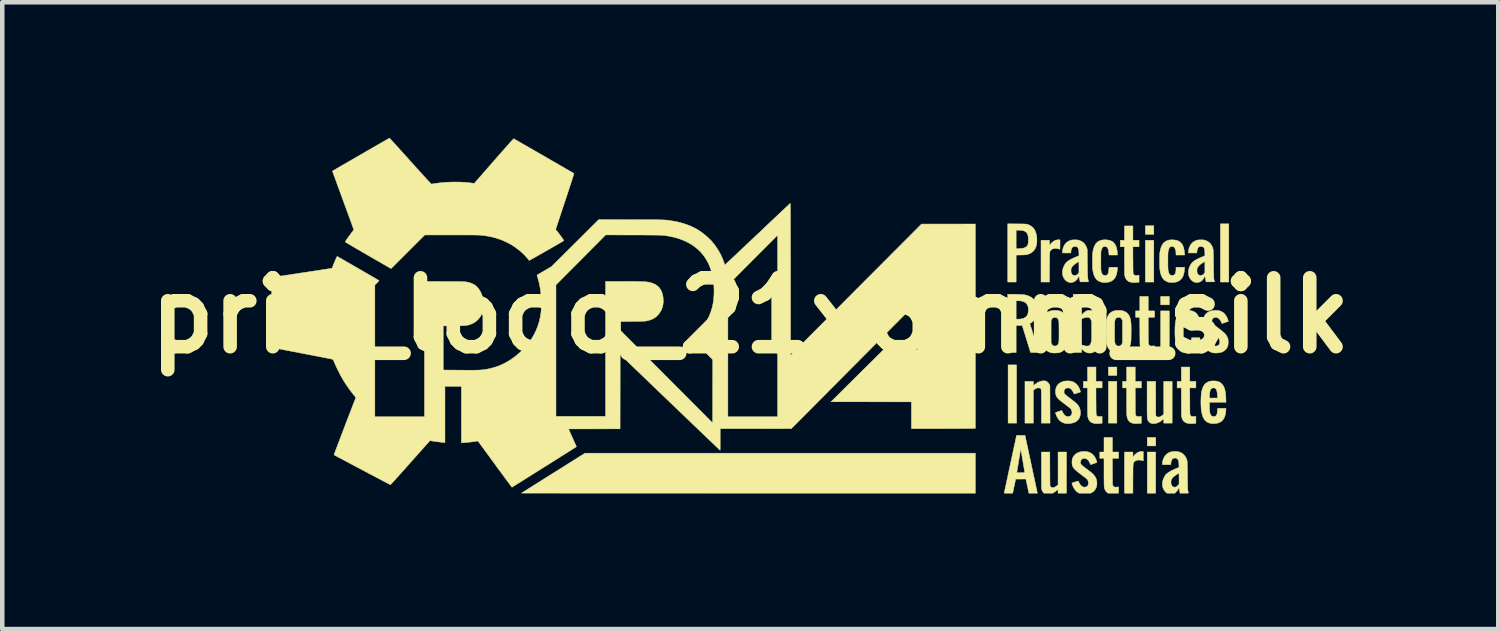
<source format=kicad_pcb>
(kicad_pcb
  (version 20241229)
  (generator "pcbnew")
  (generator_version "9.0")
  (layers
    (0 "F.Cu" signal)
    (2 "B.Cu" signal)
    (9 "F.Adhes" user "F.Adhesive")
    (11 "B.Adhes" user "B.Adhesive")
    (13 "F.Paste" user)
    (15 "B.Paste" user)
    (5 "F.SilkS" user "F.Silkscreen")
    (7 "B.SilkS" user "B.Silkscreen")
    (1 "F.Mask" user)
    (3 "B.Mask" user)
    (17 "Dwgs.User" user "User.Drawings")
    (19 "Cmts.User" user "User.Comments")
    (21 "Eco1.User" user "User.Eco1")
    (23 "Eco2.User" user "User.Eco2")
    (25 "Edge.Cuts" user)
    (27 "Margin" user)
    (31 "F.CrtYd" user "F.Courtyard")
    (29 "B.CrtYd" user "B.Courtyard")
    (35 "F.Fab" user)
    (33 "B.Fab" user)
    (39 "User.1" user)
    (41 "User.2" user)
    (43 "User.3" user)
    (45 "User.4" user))
  (footprint "pria_logo_21x8mm_silk"
    (layer "F.Cu")
    (at 13.542 3.928)
    (property "Reference" "pria_logo_21x8mm_silk" (at 0 0 0) (layer "F.SilkS") (effects (font (size 1.524 1.524) (thickness 0.3))))
    (attr through_hole)
    (fp_poly (pts (xy 5.889 2.379) (xy 5.702 2.379) (xy 5.702 1.092) (xy 5.889 1.092) (xy 5.889 2.379)) (stroke (width 0.01) (type solid)) (fill yes) (layer "F.SilkS"))
    (fp_poly (pts (xy 8.107 1.325) (xy 7.921 1.325) (xy 7.921 1.139) (xy 8.107 1.139) (xy 8.107 1.325)) (stroke (width 0.01) (type solid)) (fill yes) (layer "F.SilkS"))
    (fp_poly (pts (xy 8.107 2.379) (xy 7.921 2.379) (xy 7.921 1.456) (xy 8.107 1.456) (xy 8.107 2.379)) (stroke (width 0.01) (type solid)) (fill yes) (layer "F.SilkS"))
    (fp_poly (pts (xy 8.924 -1.795) (xy 8.738 -1.795) (xy 8.738 -1.985) (xy 8.924 -1.985) (xy 8.924 -1.795)) (stroke (width 0.01) (type solid)) (fill yes) (layer "F.SilkS"))
    (fp_poly (pts (xy 8.924 -0.741) (xy 8.738 -0.741) (xy 8.738 -1.664) (xy 8.924 -1.664) (xy 8.924 -0.741)) (stroke (width 0.01) (type solid)) (fill yes) (layer "F.SilkS"))
    (fp_poly (pts (xy 8.966 2.883) (xy 8.78 2.883) (xy 8.78 2.697) (xy 8.966 2.697) (xy 8.966 2.883)) (stroke (width 0.01) (type solid)) (fill yes) (layer "F.SilkS"))
    (fp_poly (pts (xy 8.966 3.929) (xy 8.78 3.929) (xy 8.78 3.018) (xy 8.966 3.018) (xy 8.966 3.929)) (stroke (width 0.01) (type solid)) (fill yes) (layer "F.SilkS"))
    (fp_poly (pts (xy 9.267 -0.237) (xy 9.076 -0.237) (xy 9.076 -0.423) (xy 9.267 -0.423) (xy 9.267 -0.237)) (stroke (width 0.01) (type solid)) (fill yes) (layer "F.SilkS"))
    (fp_poly (pts (xy 9.267 0.817) (xy 9.076 0.817) (xy 9.076 -0.102) (xy 9.267 -0.102) (xy 9.267 0.817)) (stroke (width 0.01) (type solid)) (fill yes) (layer "F.SilkS"))
    (fp_poly (pts (xy 10.583 -0.741) (xy 10.397 -0.741) (xy 10.397 -2.028) (xy 10.583 -2.028) (xy 10.583 -0.741)) (stroke (width 0.01) (type solid)) (fill yes) (layer "F.SilkS"))
    (fp_poly (pts (xy 8.691 3.214) (xy 8.682 3.211) (xy 8.656 3.204) (xy 8.636 3.2) (xy 8.619 3.197) (xy 8.602 3.196) (xy 8.591 3.196) (xy 8.559 3.198) (xy 8.533 3.206) (xy 8.51 3.219) (xy 8.497 3.232) (xy 8.491 3.238) (xy 8.486 3.244) (xy 8.481 3.249) (xy 8.478 3.255) (xy 8.475 3.261) (xy 8.472 3.269) (xy 8.47 3.28) (xy 8.468 3.293) (xy 8.467 3.309) (xy 8.466 3.33) (xy 8.465 3.355) (xy 8.464 3.385) (xy 8.464 3.421) (xy 8.464 3.463) (xy 8.464 3.512) (xy 8.463 3.569) (xy 8.463 3.606) (xy 8.462 3.929) (xy 8.276 3.929) (xy 8.276 3.018) (xy 8.462 3.018) (xy 8.462 3.134) (xy 8.475 3.114) (xy 8.486 3.1) (xy 8.499 3.084) (xy 8.508 3.074) (xy 8.542 3.045) (xy 8.578 3.024) (xy 8.615 3.011) (xy 8.654 3.006) (xy 8.66 3.006) (xy 8.691 3.006) (xy 8.691 3.214)) (stroke (width 0.01) (type solid)) (fill yes) (layer "F.SilkS"))
    (fp_poly (pts (xy 8.967 1.835) (xy 8.968 2.213) (xy 8.981 2.227) (xy 8.999 2.24) (xy 9.021 2.246) (xy 9.045 2.244) (xy 9.072 2.234) (xy 9.101 2.217) (xy 9.125 2.199) (xy 9.144 2.183) (xy 9.144 1.456) (xy 9.33 1.456) (xy 9.33 2.379) (xy 9.144 2.379) (xy 9.144 2.282) (xy 9.113 2.307) (xy 9.081 2.333) (xy 9.052 2.353) (xy 9.024 2.367) (xy 8.995 2.378) (xy 8.964 2.385) (xy 8.949 2.388) (xy 8.926 2.39) (xy 8.908 2.391) (xy 8.891 2.389) (xy 8.88 2.387) (xy 8.85 2.376) (xy 8.824 2.358) (xy 8.804 2.334) (xy 8.788 2.304) (xy 8.78 2.276) (xy 8.779 2.266) (xy 8.779 2.25) (xy 8.778 2.225) (xy 8.777 2.193) (xy 8.777 2.152) (xy 8.776 2.103) (xy 8.776 2.047) (xy 8.776 1.982) (xy 8.776 1.908) (xy 8.776 1.853) (xy 8.776 1.456) (xy 8.966 1.456) (xy 8.967 1.835)) (stroke (width 0.01) (type solid)) (fill yes) (layer "F.SilkS"))
    (fp_poly (pts (xy 6.83 -1.675) (xy 6.85 -1.672) (xy 6.85 -1.568) (xy 6.849 -1.535) (xy 6.849 -1.511) (xy 6.849 -1.492) (xy 6.848 -1.48) (xy 6.848 -1.472) (xy 6.846 -1.468) (xy 6.844 -1.466) (xy 6.842 -1.467) (xy 6.842 -1.467) (xy 6.835 -1.469) (xy 6.822 -1.473) (xy 6.805 -1.477) (xy 6.801 -1.478) (xy 6.764 -1.485) (xy 6.73 -1.484) (xy 6.698 -1.477) (xy 6.671 -1.465) (xy 6.648 -1.446) (xy 6.631 -1.423) (xy 6.624 -1.406) (xy 6.623 -1.401) (xy 6.622 -1.391) (xy 6.622 -1.377) (xy 6.621 -1.358) (xy 6.62 -1.333) (xy 6.62 -1.302) (xy 6.619 -1.264) (xy 6.619 -1.22) (xy 6.618 -1.168) (xy 6.618 -1.109) (xy 6.618 -1.066) (xy 6.616 -0.741) (xy 6.43 -0.741) (xy 6.43 -1.664) (xy 6.616 -1.664) (xy 6.618 -1.606) (xy 6.619 -1.548) (xy 6.633 -1.57) (xy 6.649 -1.59) (xy 6.67 -1.612) (xy 6.693 -1.632) (xy 6.717 -1.648) (xy 6.729 -1.655) (xy 6.755 -1.665) (xy 6.784 -1.672) (xy 6.811 -1.676) (xy 6.83 -1.675)) (stroke (width 0.01) (type solid)) (fill yes) (layer "F.SilkS"))
    (fp_poly (pts (xy 6.51 1.445) (xy 6.541 1.452) (xy 6.551 1.457) (xy 6.571 1.47) (xy 6.59 1.488) (xy 6.607 1.511) (xy 6.618 1.532) (xy 6.627 1.556) (xy 6.628 1.967) (xy 6.63 2.379) (xy 6.439 2.379) (xy 6.439 2.017) (xy 6.439 1.946) (xy 6.439 1.883) (xy 6.439 1.829) (xy 6.438 1.782) (xy 6.438 1.742) (xy 6.437 1.709) (xy 6.437 1.683) (xy 6.436 1.662) (xy 6.435 1.648) (xy 6.434 1.64) (xy 6.434 1.638) (xy 6.427 1.621) (xy 6.416 1.61) (xy 6.401 1.604) (xy 6.38 1.601) (xy 6.362 1.6) (xy 6.349 1.602) (xy 6.336 1.606) (xy 6.323 1.612) (xy 6.306 1.621) (xy 6.289 1.631) (xy 6.278 1.639) (xy 6.261 1.652) (xy 6.261 2.379) (xy 6.075 2.379) (xy 6.075 1.456) (xy 6.261 1.456) (xy 6.261 1.503) (xy 6.261 1.522) (xy 6.262 1.537) (xy 6.263 1.546) (xy 6.264 1.549) (xy 6.268 1.547) (xy 6.276 1.54) (xy 6.288 1.53) (xy 6.29 1.528) (xy 6.325 1.501) (xy 6.362 1.478) (xy 6.4 1.461) (xy 6.438 1.45) (xy 6.475 1.444) (xy 6.51 1.445)) (stroke (width 0.01) (type solid)) (fill yes) (layer "F.SilkS"))
    (fp_poly (pts (xy 6.626 3.39) (xy 6.626 3.455) (xy 6.627 3.511) (xy 6.627 3.561) (xy 6.627 3.604) (xy 6.627 3.64) (xy 6.628 3.67) (xy 6.628 3.696) (xy 6.628 3.716) (xy 6.629 3.733) (xy 6.63 3.746) (xy 6.63 3.756) (xy 6.631 3.763) (xy 6.632 3.768) (xy 6.633 3.772) (xy 6.635 3.775) (xy 6.635 3.775) (xy 6.648 3.792) (xy 6.667 3.802) (xy 6.688 3.806) (xy 6.712 3.803) (xy 6.738 3.793) (xy 6.755 3.783) (xy 6.773 3.77) (xy 6.785 3.761) (xy 6.807 3.742) (xy 6.807 3.018) (xy 6.993 3.018) (xy 6.993 3.929) (xy 6.807 3.929) (xy 6.806 3.886) (xy 6.805 3.844) (xy 6.78 3.865) (xy 6.763 3.878) (xy 6.744 3.893) (xy 6.725 3.907) (xy 6.723 3.908) (xy 6.692 3.929) (xy 6.495 3.929) (xy 6.479 3.911) (xy 6.459 3.881) (xy 6.446 3.848) (xy 6.443 3.836) (xy 6.442 3.827) (xy 6.442 3.811) (xy 6.441 3.786) (xy 6.441 3.754) (xy 6.44 3.714) (xy 6.44 3.667) (xy 6.439 3.613) (xy 6.439 3.553) (xy 6.439 3.486) (xy 6.439 3.416) (xy 6.439 3.018) (xy 6.625 3.018) (xy 6.626 3.39)) (stroke (width 0.01) (type solid)) (fill yes) (layer "F.SilkS"))
    (fp_poly (pts (xy 8.009 3.018) (xy 8.145 3.018) (xy 8.145 3.158) (xy 8.009 3.158) (xy 8.009 3.439) (xy 8.01 3.507) (xy 8.01 3.565) (xy 8.01 3.616) (xy 8.011 3.658) (xy 8.011 3.692) (xy 8.012 3.717) (xy 8.013 3.734) (xy 8.014 3.742) (xy 8.022 3.765) (xy 8.035 3.781) (xy 8.054 3.792) (xy 8.078 3.796) (xy 8.108 3.794) (xy 8.111 3.793) (xy 8.126 3.791) (xy 8.137 3.79) (xy 8.142 3.789) (xy 8.143 3.789) (xy 8.143 3.793) (xy 8.144 3.804) (xy 8.145 3.821) (xy 8.145 3.842) (xy 8.145 3.859) (xy 8.145 3.929) (xy 7.913 3.929) (xy 7.897 3.916) (xy 7.874 3.897) (xy 7.856 3.873) (xy 7.847 3.856) (xy 7.843 3.847) (xy 7.839 3.838) (xy 7.836 3.829) (xy 7.833 3.82) (xy 7.831 3.809) (xy 7.829 3.796) (xy 7.827 3.78) (xy 7.826 3.76) (xy 7.825 3.737) (xy 7.824 3.709) (xy 7.824 3.676) (xy 7.824 3.637) (xy 7.823 3.592) (xy 7.823 3.539) (xy 7.823 3.479) (xy 7.823 3.466) (xy 7.823 3.158) (xy 7.73 3.158) (xy 7.73 3.018) (xy 7.823 3.018) (xy 7.823 2.697) (xy 8.009 2.697) (xy 8.009 3.018)) (stroke (width 0.01) (type solid)) (fill yes) (layer "F.SilkS"))
    (fp_poly (pts (xy 8.513 1.456) (xy 8.649 1.456) (xy 8.649 1.6) (xy 8.513 1.6) (xy 8.514 1.893) (xy 8.514 1.95) (xy 8.515 1.999) (xy 8.515 2.041) (xy 8.515 2.077) (xy 8.515 2.106) (xy 8.516 2.13) (xy 8.516 2.149) (xy 8.517 2.164) (xy 8.518 2.176) (xy 8.519 2.184) (xy 8.52 2.191) (xy 8.521 2.196) (xy 8.522 2.2) (xy 8.524 2.203) (xy 8.524 2.203) (xy 8.533 2.217) (xy 8.543 2.226) (xy 8.557 2.232) (xy 8.576 2.234) (xy 8.601 2.234) (xy 8.605 2.233) (xy 8.649 2.231) (xy 8.649 2.382) (xy 8.624 2.385) (xy 8.594 2.387) (xy 8.563 2.389) (xy 8.533 2.39) (xy 8.508 2.389) (xy 8.489 2.388) (xy 8.448 2.379) (xy 8.414 2.365) (xy 8.386 2.345) (xy 8.364 2.319) (xy 8.346 2.287) (xy 8.334 2.248) (xy 8.327 2.203) (xy 8.327 2.2) (xy 8.326 2.188) (xy 8.326 2.169) (xy 8.325 2.143) (xy 8.324 2.111) (xy 8.324 2.073) (xy 8.324 2.032) (xy 8.323 1.987) (xy 8.323 1.94) (xy 8.323 1.891) (xy 8.323 1.879) (xy 8.323 1.6) (xy 8.234 1.6) (xy 8.234 1.456) (xy 8.323 1.456) (xy 8.323 1.139) (xy 8.513 1.139) (xy 8.513 1.456)) (stroke (width 0.01) (type solid)) (fill yes) (layer "F.SilkS"))
    (fp_poly (pts (xy 9.72 1.456) (xy 9.855 1.456) (xy 9.855 1.6) (xy 9.719 1.6) (xy 9.721 1.891) (xy 9.721 1.948) (xy 9.721 1.997) (xy 9.721 2.038) (xy 9.722 2.074) (xy 9.722 2.103) (xy 9.722 2.127) (xy 9.723 2.146) (xy 9.723 2.161) (xy 9.724 2.172) (xy 9.725 2.181) (xy 9.726 2.188) (xy 9.727 2.193) (xy 9.729 2.197) (xy 9.731 2.201) (xy 9.731 2.202) (xy 9.739 2.216) (xy 9.75 2.226) (xy 9.764 2.232) (xy 9.783 2.234) (xy 9.808 2.234) (xy 9.814 2.234) (xy 9.855 2.231) (xy 9.855 2.382) (xy 9.831 2.385) (xy 9.8 2.387) (xy 9.769 2.389) (xy 9.739 2.39) (xy 9.714 2.389) (xy 9.695 2.388) (xy 9.655 2.379) (xy 9.621 2.365) (xy 9.593 2.345) (xy 9.57 2.319) (xy 9.553 2.286) (xy 9.541 2.247) (xy 9.54 2.241) (xy 9.539 2.234) (xy 9.537 2.225) (xy 9.537 2.212) (xy 9.536 2.197) (xy 9.535 2.178) (xy 9.535 2.153) (xy 9.534 2.124) (xy 9.534 2.089) (xy 9.534 2.048) (xy 9.534 2) (xy 9.534 1.944) (xy 9.534 1.906) (xy 9.533 1.6) (xy 9.44 1.6) (xy 9.44 1.456) (xy 9.533 1.456) (xy 9.533 1.139) (xy 9.72 1.139) (xy 9.72 1.456)) (stroke (width 0.01) (type solid)) (fill yes) (layer "F.SilkS"))
    (fp_poly (pts (xy 8.462 -1.664) (xy 8.598 -1.664) (xy 8.598 -1.52) (xy 8.462 -1.52) (xy 8.463 -1.229) (xy 8.464 -1.172) (xy 8.464 -1.123) (xy 8.464 -1.081) (xy 8.464 -1.046) (xy 8.465 -1.016) (xy 8.465 -0.992) (xy 8.466 -0.973) (xy 8.466 -0.958) (xy 8.467 -0.946) (xy 8.468 -0.937) (xy 8.469 -0.931) (xy 8.47 -0.926) (xy 8.472 -0.921) (xy 8.473 -0.919) (xy 8.484 -0.903) (xy 8.501 -0.891) (xy 8.524 -0.886) (xy 8.554 -0.886) (xy 8.578 -0.889) (xy 8.598 -0.892) (xy 8.598 -0.737) (xy 8.563 -0.735) (xy 8.532 -0.733) (xy 8.507 -0.731) (xy 8.487 -0.73) (xy 8.471 -0.73) (xy 8.457 -0.731) (xy 8.443 -0.732) (xy 8.403 -0.74) (xy 8.368 -0.753) (xy 8.34 -0.772) (xy 8.317 -0.797) (xy 8.299 -0.828) (xy 8.285 -0.867) (xy 8.284 -0.871) (xy 8.283 -0.877) (xy 8.281 -0.884) (xy 8.28 -0.892) (xy 8.279 -0.901) (xy 8.279 -0.912) (xy 8.278 -0.927) (xy 8.277 -0.944) (xy 8.277 -0.966) (xy 8.277 -0.993) (xy 8.276 -1.025) (xy 8.276 -1.062) (xy 8.276 -1.107) (xy 8.276 -1.159) (xy 8.276 -1.211) (xy 8.276 -1.52) (xy 8.183 -1.52) (xy 8.183 -1.664) (xy 8.276 -1.664) (xy 8.276 -1.981) (xy 8.462 -1.981) (xy 8.462 -1.664)) (stroke (width 0.01) (type solid)) (fill yes) (layer "F.SilkS"))
    (fp_poly (pts (xy 8.801 -0.102) (xy 8.941 -0.102) (xy 8.941 0.038) (xy 8.801 0.038) (xy 8.801 0.306) (xy 8.801 0.354) (xy 8.802 0.4) (xy 8.802 0.443) (xy 8.802 0.483) (xy 8.803 0.519) (xy 8.803 0.55) (xy 8.804 0.575) (xy 8.805 0.593) (xy 8.805 0.604) (xy 8.805 0.605) (xy 8.811 0.631) (xy 8.819 0.65) (xy 8.831 0.664) (xy 8.849 0.672) (xy 8.872 0.675) (xy 8.901 0.674) (xy 8.916 0.672) (xy 8.941 0.668) (xy 8.941 0.82) (xy 8.929 0.823) (xy 8.915 0.825) (xy 8.895 0.826) (xy 8.871 0.827) (xy 8.844 0.828) (xy 8.817 0.828) (xy 8.793 0.827) (xy 8.772 0.826) (xy 8.758 0.824) (xy 8.756 0.824) (xy 8.72 0.812) (xy 8.69 0.795) (xy 8.665 0.773) (xy 8.645 0.744) (xy 8.63 0.708) (xy 8.625 0.692) (xy 8.623 0.687) (xy 8.622 0.68) (xy 8.621 0.672) (xy 8.62 0.662) (xy 8.619 0.649) (xy 8.619 0.633) (xy 8.618 0.613) (xy 8.618 0.588) (xy 8.617 0.558) (xy 8.617 0.522) (xy 8.617 0.479) (xy 8.616 0.43) (xy 8.616 0.373) (xy 8.616 0.352) (xy 8.614 0.038) (xy 8.522 0.038) (xy 8.522 -0.102) (xy 8.615 -0.102) (xy 8.615 -0.423) (xy 8.801 -0.423) (xy 8.801 -0.102)) (stroke (width 0.01) (type solid)) (fill yes) (layer "F.SilkS"))
    (fp_poly (pts (xy 7.645 1.456) (xy 7.781 1.456) (xy 7.781 1.6) (xy 7.645 1.6) (xy 7.646 1.891) (xy 7.647 1.948) (xy 7.647 1.997) (xy 7.647 2.038) (xy 7.647 2.074) (xy 7.648 2.103) (xy 7.648 2.127) (xy 7.649 2.146) (xy 7.649 2.161) (xy 7.65 2.172) (xy 7.651 2.181) (xy 7.652 2.188) (xy 7.653 2.193) (xy 7.655 2.197) (xy 7.656 2.201) (xy 7.656 2.202) (xy 7.665 2.216) (xy 7.675 2.226) (xy 7.689 2.232) (xy 7.709 2.234) (xy 7.734 2.234) (xy 7.739 2.234) (xy 7.781 2.231) (xy 7.781 2.382) (xy 7.757 2.385) (xy 7.726 2.387) (xy 7.695 2.389) (xy 7.665 2.39) (xy 7.639 2.389) (xy 7.62 2.388) (xy 7.581 2.379) (xy 7.548 2.366) (xy 7.52 2.347) (xy 7.498 2.322) (xy 7.481 2.29) (xy 7.468 2.251) (xy 7.467 2.249) (xy 7.466 2.243) (xy 7.464 2.236) (xy 7.463 2.228) (xy 7.462 2.219) (xy 7.461 2.207) (xy 7.461 2.193) (xy 7.46 2.176) (xy 7.46 2.154) (xy 7.46 2.127) (xy 7.459 2.095) (xy 7.459 2.058) (xy 7.459 2.013) (xy 7.459 1.961) (xy 7.459 1.909) (xy 7.459 1.6) (xy 7.366 1.6) (xy 7.366 1.456) (xy 7.459 1.456) (xy 7.459 1.139) (xy 7.645 1.139) (xy 7.645 1.456)) (stroke (width 0.01) (type solid)) (fill yes) (layer "F.SilkS"))
    (fp_poly (pts (xy 4.978 3.929) (xy -0.041 3.929) (xy -0.247 3.929) (xy -0.451 3.929) (xy -0.653 3.929) (xy -0.852 3.929) (xy -1.049 3.928) (xy -1.243 3.928) (xy -1.434 3.928) (xy -1.623 3.928) (xy -1.808 3.928) (xy -1.989 3.928) (xy -2.167 3.928) (xy -2.342 3.928) (xy -2.512 3.928) (xy -2.679 3.928) (xy -2.841 3.928) (xy -2.999 3.928) (xy -3.153 3.928) (xy -3.302 3.928) (xy -3.446 3.928) (xy -3.584 3.928) (xy -3.718 3.928) (xy -3.847 3.928) (xy -3.97 3.928) (xy -4.087 3.928) (xy -4.198 3.928) (xy -4.304 3.927) (xy -4.403 3.927) (xy -4.496 3.927) (xy -4.582 3.927) (xy -4.662 3.927) (xy -4.735 3.927) (xy -4.801 3.927) (xy -4.86 3.927) (xy -4.912 3.927) (xy -4.956 3.927) (xy -4.992 3.927) (xy -5.021 3.927) (xy -5.041 3.926) (xy -5.054 3.926) (xy -5.058 3.926) (xy -5.058 3.926) (xy -5.054 3.924) (xy -5.044 3.917) (xy -5.027 3.906) (xy -5.003 3.892) (xy -4.974 3.873) (xy -4.94 3.852) (xy -4.901 3.827) (xy -4.856 3.799) (xy -4.808 3.768) (xy -4.755 3.735) (xy -4.698 3.699) (xy -4.638 3.662) (xy -4.576 3.622) (xy -4.51 3.581) (xy -4.442 3.538) (xy -4.372 3.494) (xy -4.356 3.484) (xy -3.656 3.044) (xy 4.978 3.044) (xy 4.978 3.929)) (stroke (width 0.01) (type solid)) (fill yes) (layer "F.SilkS"))
    (fp_poly (pts (xy 5.896 -2.027) (xy 5.945 -2.026) (xy 5.987 -2.026) (xy 6.021 -2.025) (xy 6.05 -2.025) (xy 6.074 -2.024) (xy 6.094 -2.022) (xy 6.11 -2.02) (xy 6.124 -2.018) (xy 6.137 -2.014) (xy 6.148 -2.01) (xy 6.16 -2.005) (xy 6.173 -1.999) (xy 6.185 -1.993) (xy 6.222 -1.97) (xy 6.255 -1.942) (xy 6.282 -1.906) (xy 6.304 -1.865) (xy 6.32 -1.817) (xy 6.332 -1.763) (xy 6.337 -1.713) (xy 6.339 -1.65) (xy 6.335 -1.593) (xy 6.325 -1.542) (xy 6.308 -1.496) (xy 6.285 -1.456) (xy 6.256 -1.421) (xy 6.255 -1.42) (xy 6.223 -1.393) (xy 6.188 -1.372) (xy 6.147 -1.356) (xy 6.126 -1.35) (xy 6.113 -1.347) (xy 6.1 -1.345) (xy 6.085 -1.343) (xy 6.067 -1.342) (xy 6.045 -1.34) (xy 6.016 -1.34) (xy 5.985 -1.339) (xy 5.88 -1.337) (xy 5.88 -0.741) (xy 5.694 -0.741) (xy 5.694 -1.477) (xy 5.88 -1.477) (xy 5.94 -1.48) (xy 5.965 -1.481) (xy 5.99 -1.483) (xy 6.011 -1.485) (xy 6.028 -1.488) (xy 6.029 -1.488) (xy 6.054 -1.495) (xy 6.078 -1.505) (xy 6.099 -1.517) (xy 6.115 -1.53) (xy 6.12 -1.535) (xy 6.131 -1.552) (xy 6.139 -1.571) (xy 6.145 -1.593) (xy 6.148 -1.62) (xy 6.15 -1.65) (xy 6.15 -1.701) (xy 6.146 -1.744) (xy 6.138 -1.781) (xy 6.125 -1.812) (xy 6.108 -1.836) (xy 6.085 -1.856) (xy 6.057 -1.87) (xy 6.023 -1.879) (xy 5.995 -1.884) (xy 5.973 -1.886) (xy 5.947 -1.887) (xy 5.922 -1.888) (xy 5.919 -1.888) (xy 5.88 -1.888) (xy 5.88 -1.477) (xy 5.694 -1.477) (xy 5.694 -2.028) (xy 5.896 -2.027)) (stroke (width 0.01) (type solid)) (fill yes) (layer "F.SilkS"))
    (fp_poly (pts (xy 5.983 2.651) (xy 6.076 2.652) (xy 6.211 3.279) (xy 6.226 3.35) (xy 6.241 3.42) (xy 6.255 3.486) (xy 6.269 3.55) (xy 6.282 3.61) (xy 6.294 3.666) (xy 6.305 3.718) (xy 6.315 3.765) (xy 6.324 3.806) (xy 6.331 3.842) (xy 6.338 3.871) (xy 6.342 3.893) (xy 6.346 3.909) (xy 6.347 3.916) (xy 6.347 3.917) (xy 6.35 3.929) (xy 6.162 3.929) (xy 6.095 3.615) (xy 5.982 3.616) (xy 5.87 3.617) (xy 5.841 3.751) (xy 5.834 3.784) (xy 5.827 3.816) (xy 5.821 3.845) (xy 5.816 3.87) (xy 5.812 3.89) (xy 5.809 3.903) (xy 5.808 3.906) (xy 5.803 3.929) (xy 5.615 3.929) (xy 5.712 3.476) (xy 5.893 3.476) (xy 5.982 3.476) (xy 6.013 3.475) (xy 6.036 3.475) (xy 6.053 3.474) (xy 6.064 3.473) (xy 6.069 3.472) (xy 6.07 3.47) (xy 6.07 3.465) (xy 6.068 3.453) (xy 6.064 3.433) (xy 6.06 3.407) (xy 6.055 3.376) (xy 6.049 3.341) (xy 6.042 3.301) (xy 6.035 3.258) (xy 6.027 3.212) (xy 6.027 3.207) (xy 6.017 3.153) (xy 6.009 3.105) (xy 6.002 3.063) (xy 5.995 3.027) (xy 5.99 2.999) (xy 5.986 2.978) (xy 5.982 2.965) (xy 5.981 2.959) (xy 5.98 2.959) (xy 5.979 2.965) (xy 5.977 2.979) (xy 5.973 2.999) (xy 5.969 3.026) (xy 5.963 3.057) (xy 5.957 3.093) (xy 5.95 3.133) (xy 5.943 3.176) (xy 5.937 3.213) (xy 5.93 3.258) (xy 5.923 3.3) (xy 5.916 3.339) (xy 5.91 3.374) (xy 5.905 3.405) (xy 5.901 3.43) (xy 5.898 3.45) (xy 5.896 3.462) (xy 5.895 3.466) (xy 5.893 3.476) (xy 5.712 3.476) (xy 5.747 3.312) (xy 5.763 3.24) (xy 5.777 3.171) (xy 5.792 3.104) (xy 5.805 3.041) (xy 5.818 2.981) (xy 5.83 2.924) (xy 5.842 2.872) (xy 5.852 2.825) (xy 5.861 2.784) (xy 5.868 2.748) (xy 5.875 2.718) (xy 5.879 2.696) (xy 5.883 2.68) (xy 5.884 2.673) (xy 5.885 2.672) (xy 5.889 2.65) (xy 5.983 2.651)) (stroke (width 0.01) (type solid)) (fill yes) (layer "F.SilkS"))
    (fp_poly (pts (xy 10.291 1.448) (xy 10.331 1.455) (xy 10.366 1.467) (xy 10.396 1.484) (xy 10.421 1.505) (xy 10.444 1.531) (xy 10.463 1.559) (xy 10.479 1.591) (xy 10.492 1.627) (xy 10.502 1.667) (xy 10.51 1.714) (xy 10.515 1.768) (xy 10.518 1.828) (xy 10.518 1.834) (xy 10.521 1.918) (xy 10.156 1.918) (xy 10.155 1.967) (xy 10.155 2.014) (xy 10.155 2.054) (xy 10.157 2.087) (xy 10.159 2.115) (xy 10.162 2.138) (xy 10.167 2.158) (xy 10.173 2.176) (xy 10.178 2.19) (xy 10.192 2.212) (xy 10.21 2.227) (xy 10.232 2.234) (xy 10.234 2.234) (xy 10.26 2.234) (xy 10.282 2.229) (xy 10.299 2.217) (xy 10.312 2.198) (xy 10.322 2.173) (xy 10.329 2.14) (xy 10.332 2.103) (xy 10.335 2.053) (xy 10.521 2.053) (xy 10.518 2.1) (xy 10.512 2.159) (xy 10.5 2.211) (xy 10.484 2.256) (xy 10.462 2.294) (xy 10.435 2.326) (xy 10.403 2.351) (xy 10.365 2.37) (xy 10.337 2.379) (xy 10.311 2.384) (xy 10.281 2.387) (xy 10.25 2.389) (xy 10.22 2.389) (xy 10.196 2.388) (xy 10.153 2.378) (xy 10.116 2.363) (xy 10.083 2.342) (xy 10.054 2.314) (xy 10.03 2.28) (xy 10.01 2.239) (xy 9.994 2.19) (xy 9.981 2.134) (xy 9.98 2.129) (xy 9.975 2.095) (xy 9.971 2.055) (xy 9.969 2.009) (xy 9.967 1.961) (xy 9.966 1.91) (xy 9.967 1.86) (xy 9.969 1.812) (xy 9.971 1.776) (xy 10.156 1.776) (xy 10.156 1.825) (xy 10.335 1.825) (xy 10.331 1.766) (xy 10.328 1.721) (xy 10.322 1.683) (xy 10.313 1.653) (xy 10.302 1.63) (xy 10.288 1.614) (xy 10.277 1.607) (xy 10.255 1.601) (xy 10.232 1.601) (xy 10.21 1.608) (xy 10.193 1.62) (xy 10.191 1.622) (xy 10.179 1.64) (xy 10.169 1.666) (xy 10.162 1.698) (xy 10.157 1.735) (xy 10.156 1.776) (xy 9.971 1.776) (xy 9.971 1.767) (xy 9.975 1.728) (xy 9.976 1.722) (xy 9.986 1.664) (xy 10 1.614) (xy 10.019 1.57) (xy 10.041 1.534) (xy 10.069 1.504) (xy 10.1 1.48) (xy 10.109 1.476) (xy 10.135 1.463) (xy 10.161 1.455) (xy 10.187 1.449) (xy 10.218 1.447) (xy 10.245 1.446) (xy 10.291 1.448)) (stroke (width 0.01) (type solid)) (fill yes) (layer "F.SilkS"))
    (fp_poly (pts (xy 5.856 -0.469) (xy 5.904 -0.468) (xy 5.945 -0.467) (xy 5.979 -0.466) (xy 6.008 -0.465) (xy 6.033 -0.463) (xy 6.055 -0.46) (xy 6.075 -0.457) (xy 6.094 -0.452) (xy 6.112 -0.447) (xy 6.132 -0.441) (xy 6.136 -0.44) (xy 6.184 -0.42) (xy 6.225 -0.396) (xy 6.26 -0.366) (xy 6.288 -0.331) (xy 6.31 -0.29) (xy 6.325 -0.244) (xy 6.329 -0.229) (xy 6.333 -0.203) (xy 6.336 -0.172) (xy 6.337 -0.138) (xy 6.338 -0.104) (xy 6.337 -0.072) (xy 6.334 -0.045) (xy 6.333 -0.038) (xy 6.321 0.014) (xy 6.302 0.061) (xy 6.279 0.101) (xy 6.273 0.108) (xy 6.259 0.124) (xy 6.241 0.14) (xy 6.221 0.155) (xy 6.203 0.166) (xy 6.193 0.17) (xy 6.185 0.174) (xy 6.182 0.18) (xy 6.183 0.184) (xy 6.185 0.189) (xy 6.189 0.202) (xy 6.195 0.221) (xy 6.204 0.247) (xy 6.214 0.278) (xy 6.225 0.314) (xy 6.238 0.355) (xy 6.252 0.399) (xy 6.267 0.445) (xy 6.283 0.494) (xy 6.285 0.501) (xy 6.301 0.55) (xy 6.316 0.597) (xy 6.33 0.641) (xy 6.343 0.681) (xy 6.354 0.717) (xy 6.364 0.748) (xy 6.372 0.774) (xy 6.378 0.794) (xy 6.382 0.807) (xy 6.384 0.813) (xy 6.384 0.813) (xy 6.38 0.814) (xy 6.368 0.815) (xy 6.349 0.816) (xy 6.324 0.817) (xy 6.293 0.817) (xy 6.199 0.817) (xy 6.114 0.541) (xy 6.099 0.494) (xy 6.085 0.448) (xy 6.072 0.406) (xy 6.06 0.366) (xy 6.049 0.331) (xy 6.039 0.301) (xy 6.032 0.276) (xy 6.026 0.257) (xy 6.022 0.245) (xy 6.021 0.242) (xy 6.014 0.22) (xy 5.88 0.22) (xy 5.88 0.817) (xy 5.694 0.817) (xy 5.694 0.08) (xy 5.88 0.08) (xy 5.921 0.08) (xy 5.944 0.08) (xy 5.969 0.078) (xy 5.99 0.075) (xy 5.996 0.074) (xy 6.037 0.064) (xy 6.071 0.048) (xy 6.1 0.027) (xy 6.122 -0.000064) (xy 6.137 -0.033) (xy 6.147 -0.071) (xy 6.151 -0.115) (xy 6.151 -0.121) (xy 6.149 -0.165) (xy 6.142 -0.202) (xy 6.129 -0.234) (xy 6.112 -0.26) (xy 6.1 -0.273) (xy 6.073 -0.294) (xy 6.042 -0.309) (xy 6.006 -0.319) (xy 5.964 -0.325) (xy 5.928 -0.326) (xy 5.88 -0.326) (xy 5.88 0.08) (xy 5.694 0.08) (xy 5.694 -0.471) (xy 5.856 -0.469)) (stroke (width 0.01) (type solid)) (fill yes) (layer "F.SilkS"))
    (fp_poly (pts (xy 7.328 -0.016) (xy 7.364 -0.05) (xy 7.39 -0.073) (xy 7.414 -0.09) (xy 7.428 -0.098) (xy 7.442 -0.104) (xy 7.454 -0.109) (xy 7.468 -0.111) (xy 7.485 -0.113) (xy 7.499 -0.113) (xy 7.537 -0.113) (xy 7.57 -0.107) (xy 7.601 -0.096) (xy 7.627 -0.081) (xy 7.647 -0.067) (xy 7.663 -0.05) (xy 7.678 -0.03) (xy 7.69 -0.005) (xy 7.702 0.025) (xy 7.714 0.063) (xy 7.715 0.064) (xy 7.72 0.083) (xy 7.724 0.102) (xy 7.728 0.123) (xy 7.731 0.145) (xy 7.733 0.17) (xy 7.734 0.199) (xy 7.735 0.233) (xy 7.736 0.273) (xy 7.736 0.319) (xy 7.736 0.353) (xy 7.736 0.397) (xy 7.736 0.434) (xy 7.736 0.463) (xy 7.735 0.488) (xy 7.735 0.507) (xy 7.734 0.524) (xy 7.732 0.537) (xy 7.731 0.55) (xy 7.729 0.559) (xy 7.716 0.619) (xy 7.699 0.671) (xy 7.68 0.716) (xy 7.657 0.753) (xy 7.631 0.782) (xy 7.602 0.805) (xy 7.57 0.82) (xy 7.561 0.823) (xy 7.535 0.828) (xy 7.505 0.829) (xy 7.475 0.827) (xy 7.45 0.822) (xy 7.428 0.813) (xy 7.407 0.803) (xy 7.386 0.788) (xy 7.361 0.769) (xy 7.359 0.767) (xy 7.328 0.741) (xy 7.328 0.817) (xy 7.142 0.817) (xy 7.142 0.073) (xy 7.328 0.073) (xy 7.33 0.649) (xy 7.361 0.659) (xy 7.394 0.668) (xy 7.425 0.674) (xy 7.453 0.676) (xy 7.475 0.674) (xy 7.48 0.673) (xy 7.499 0.664) (xy 7.515 0.647) (xy 7.528 0.623) (xy 7.539 0.592) (xy 7.542 0.575) (xy 7.544 0.566) (xy 7.546 0.556) (xy 7.547 0.545) (xy 7.548 0.532) (xy 7.549 0.515) (xy 7.549 0.495) (xy 7.55 0.47) (xy 7.55 0.439) (xy 7.55 0.401) (xy 7.55 0.356) (xy 7.55 0.339) (xy 7.55 0.292) (xy 7.55 0.253) (xy 7.55 0.221) (xy 7.55 0.195) (xy 7.549 0.174) (xy 7.549 0.158) (xy 7.548 0.145) (xy 7.547 0.135) (xy 7.546 0.126) (xy 7.544 0.119) (xy 7.542 0.112) (xy 7.541 0.108) (xy 7.529 0.08) (xy 7.513 0.059) (xy 7.493 0.046) (xy 7.468 0.04) (xy 7.44 0.04) (xy 7.411 0.044) (xy 7.386 0.05) (xy 7.359 0.06) (xy 7.354 0.062) (xy 7.328 0.073) (xy 7.142 0.073) (xy 7.142 -0.47) (xy 7.328 -0.47) (xy 7.328 -0.016)) (stroke (width 0.01) (type solid)) (fill yes) (layer "F.SilkS"))
    (fp_poly (pts (xy 9.722 -0.111) (xy 9.768 -0.103) (xy 9.809 -0.088) (xy 9.844 -0.067) (xy 9.873 -0.04) (xy 9.897 -0.007) (xy 9.916 0.033) (xy 9.924 0.059) (xy 9.933 0.095) (xy 9.939 0.135) (xy 9.943 0.174) (xy 9.944 0.198) (xy 9.944 0.224) (xy 9.759 0.224) (xy 9.756 0.181) (xy 9.752 0.14) (xy 9.745 0.105) (xy 9.735 0.078) (xy 9.723 0.058) (xy 9.72 0.055) (xy 9.701 0.04) (xy 9.679 0.033) (xy 9.656 0.033) (xy 9.635 0.041) (xy 9.623 0.049) (xy 9.612 0.061) (xy 9.602 0.077) (xy 9.594 0.099) (xy 9.587 0.123) (xy 9.585 0.132) (xy 9.583 0.141) (xy 9.582 0.151) (xy 9.581 0.164) (xy 9.58 0.181) (xy 9.579 0.201) (xy 9.578 0.227) (xy 9.578 0.258) (xy 9.577 0.297) (xy 9.577 0.325) (xy 9.576 0.378) (xy 9.576 0.423) (xy 9.577 0.461) (xy 9.578 0.494) (xy 9.579 0.521) (xy 9.581 0.544) (xy 9.583 0.564) (xy 9.586 0.582) (xy 9.59 0.598) (xy 9.593 0.607) (xy 9.605 0.635) (xy 9.62 0.656) (xy 9.639 0.67) (xy 9.662 0.676) (xy 9.682 0.675) (xy 9.706 0.667) (xy 9.725 0.652) (xy 9.74 0.631) (xy 9.749 0.604) (xy 9.752 0.59) (xy 9.754 0.571) (xy 9.756 0.549) (xy 9.757 0.537) (xy 9.759 0.491) (xy 9.944 0.491) (xy 9.944 0.52) (xy 9.942 0.551) (xy 9.938 0.586) (xy 9.932 0.621) (xy 9.924 0.654) (xy 9.921 0.664) (xy 9.903 0.706) (xy 9.88 0.742) (xy 9.852 0.772) (xy 9.818 0.795) (xy 9.778 0.813) (xy 9.773 0.815) (xy 9.757 0.82) (xy 9.742 0.824) (xy 9.725 0.826) (xy 9.705 0.827) (xy 9.682 0.828) (xy 9.648 0.828) (xy 9.622 0.827) (xy 9.601 0.824) (xy 9.597 0.823) (xy 9.554 0.81) (xy 9.517 0.79) (xy 9.486 0.764) (xy 9.459 0.731) (xy 9.443 0.702) (xy 9.43 0.674) (xy 9.42 0.646) (xy 9.412 0.616) (xy 9.405 0.583) (xy 9.4 0.547) (xy 9.396 0.506) (xy 9.394 0.46) (xy 9.392 0.407) (xy 9.392 0.358) (xy 9.392 0.299) (xy 9.394 0.247) (xy 9.397 0.202) (xy 9.4 0.162) (xy 9.406 0.127) (xy 9.413 0.095) (xy 9.422 0.065) (xy 9.432 0.037) (xy 9.443 0.013) (xy 9.465 -0.025) (xy 9.492 -0.055) (xy 9.525 -0.08) (xy 9.562 -0.098) (xy 9.605 -0.109) (xy 9.653 -0.114) (xy 9.67 -0.114) (xy 9.722 -0.111)) (stroke (width 0.01) (type solid)) (fill yes) (layer "F.SilkS"))
    (fp_poly (pts (xy 9.332 -1.674) (xy 9.384 -1.671) (xy 9.428 -1.663) (xy 9.467 -1.649) (xy 9.5 -1.63) (xy 9.528 -1.605) (xy 9.551 -1.575) (xy 9.56 -1.56) (xy 9.573 -1.532) (xy 9.583 -1.502) (xy 9.591 -1.47) (xy 9.597 -1.434) (xy 9.602 -1.392) (xy 9.603 -1.375) (xy 9.606 -1.338) (xy 9.416 -1.338) (xy 9.414 -1.385) (xy 9.41 -1.428) (xy 9.402 -1.463) (xy 9.39 -1.49) (xy 9.375 -1.51) (xy 9.356 -1.523) (xy 9.334 -1.528) (xy 9.328 -1.528) (xy 9.306 -1.525) (xy 9.287 -1.516) (xy 9.272 -1.5) (xy 9.259 -1.477) (xy 9.249 -1.447) (xy 9.243 -1.418) (xy 9.241 -1.406) (xy 9.239 -1.394) (xy 9.238 -1.38) (xy 9.237 -1.363) (xy 9.237 -1.342) (xy 9.236 -1.316) (xy 9.236 -1.285) (xy 9.236 -1.247) (xy 9.236 -1.206) (xy 9.236 -1.157) (xy 9.236 -1.114) (xy 9.237 -1.079) (xy 9.238 -1.049) (xy 9.239 -1.024) (xy 9.241 -1.003) (xy 9.244 -0.986) (xy 9.247 -0.971) (xy 9.251 -0.957) (xy 9.255 -0.945) (xy 9.268 -0.919) (xy 9.285 -0.9) (xy 9.305 -0.888) (xy 9.329 -0.885) (xy 9.351 -0.889) (xy 9.372 -0.898) (xy 9.389 -0.913) (xy 9.39 -0.914) (xy 9.4 -0.93) (xy 9.407 -0.953) (xy 9.412 -0.981) (xy 9.415 -1.013) (xy 9.415 -1.026) (xy 9.415 -1.067) (xy 9.606 -1.067) (xy 9.603 -1.032) (xy 9.598 -0.98) (xy 9.59 -0.935) (xy 9.58 -0.897) (xy 9.567 -0.863) (xy 9.55 -0.834) (xy 9.529 -0.807) (xy 9.52 -0.797) (xy 9.489 -0.772) (xy 9.452 -0.752) (xy 9.418 -0.741) (xy 9.387 -0.735) (xy 9.351 -0.732) (xy 9.316 -0.731) (xy 9.284 -0.732) (xy 9.283 -0.732) (xy 9.259 -0.736) (xy 9.239 -0.741) (xy 9.219 -0.749) (xy 9.196 -0.76) (xy 9.193 -0.761) (xy 9.162 -0.781) (xy 9.135 -0.807) (xy 9.112 -0.839) (xy 9.093 -0.877) (xy 9.077 -0.922) (xy 9.065 -0.974) (xy 9.057 -1.033) (xy 9.055 -1.05) (xy 9.054 -1.071) (xy 9.053 -1.097) (xy 9.052 -1.128) (xy 9.052 -1.163) (xy 9.052 -1.2) (xy 9.052 -1.238) (xy 9.053 -1.276) (xy 9.054 -1.311) (xy 9.055 -1.343) (xy 9.056 -1.37) (xy 9.058 -1.391) (xy 9.059 -1.401) (xy 9.071 -1.458) (xy 9.085 -1.508) (xy 9.104 -1.551) (xy 9.126 -1.587) (xy 9.152 -1.616) (xy 9.182 -1.638) (xy 9.2 -1.648) (xy 9.224 -1.659) (xy 9.246 -1.666) (xy 9.268 -1.671) (xy 9.294 -1.673) (xy 9.324 -1.674) (xy 9.332 -1.674)) (stroke (width 0.01) (type solid)) (fill yes) (layer "F.SilkS"))
    (fp_poly (pts (xy 6.803 -0.11) (xy 6.842 -0.102) (xy 6.876 -0.089) (xy 6.906 -0.072) (xy 6.933 -0.049) (xy 6.941 -0.041) (xy 6.959 -0.017) (xy 6.975 0.012) (xy 6.99 0.046) (xy 7.001 0.082) (xy 7.003 0.09) (xy 7.005 0.099) (xy 7.007 0.107) (xy 7.008 0.116) (xy 7.01 0.126) (xy 7.01 0.138) (xy 7.011 0.153) (xy 7.012 0.171) (xy 7.012 0.194) (xy 7.012 0.222) (xy 7.012 0.255) (xy 7.012 0.296) (xy 7.013 0.343) (xy 7.013 0.358) (xy 7.013 0.408) (xy 7.012 0.45) (xy 7.012 0.485) (xy 7.012 0.515) (xy 7.012 0.539) (xy 7.011 0.558) (xy 7.011 0.574) (xy 7.01 0.586) (xy 7.009 0.597) (xy 7.007 0.606) (xy 7.006 0.614) (xy 7.004 0.623) (xy 7.003 0.626) (xy 6.988 0.675) (xy 6.969 0.716) (xy 6.944 0.751) (xy 6.915 0.78) (xy 6.88 0.802) (xy 6.84 0.818) (xy 6.834 0.82) (xy 6.818 0.823) (xy 6.797 0.825) (xy 6.771 0.827) (xy 6.744 0.828) (xy 6.717 0.828) (xy 6.693 0.828) (xy 6.675 0.826) (xy 6.671 0.826) (xy 6.627 0.814) (xy 6.588 0.797) (xy 6.555 0.774) (xy 6.527 0.745) (xy 6.505 0.71) (xy 6.487 0.667) (xy 6.473 0.618) (xy 6.47 0.603) (xy 6.468 0.59) (xy 6.467 0.574) (xy 6.465 0.555) (xy 6.464 0.531) (xy 6.463 0.501) (xy 6.462 0.465) (xy 6.461 0.422) (xy 6.461 0.406) (xy 6.461 0.343) (xy 6.461 0.287) (xy 6.462 0.238) (xy 6.463 0.195) (xy 6.466 0.158) (xy 6.469 0.125) (xy 6.471 0.116) (xy 6.653 0.116) (xy 6.653 0.599) (xy 6.663 0.624) (xy 6.671 0.639) (xy 6.679 0.651) (xy 6.685 0.657) (xy 6.709 0.67) (xy 6.735 0.675) (xy 6.761 0.672) (xy 6.784 0.662) (xy 6.8 0.648) (xy 6.813 0.627) (xy 6.822 0.598) (xy 6.824 0.582) (xy 6.825 0.572) (xy 6.826 0.554) (xy 6.827 0.53) (xy 6.827 0.5) (xy 6.828 0.466) (xy 6.828 0.43) (xy 6.828 0.391) (xy 6.828 0.351) (xy 6.828 0.312) (xy 6.828 0.273) (xy 6.827 0.237) (xy 6.827 0.205) (xy 6.826 0.177) (xy 6.826 0.154) (xy 6.825 0.138) (xy 6.824 0.132) (xy 6.818 0.105) (xy 6.809 0.081) (xy 6.796 0.063) (xy 6.782 0.05) (xy 6.781 0.05) (xy 6.756 0.041) (xy 6.73 0.04) (xy 6.706 0.045) (xy 6.685 0.057) (xy 6.676 0.067) (xy 6.667 0.082) (xy 6.662 0.092) (xy 6.653 0.116) (xy 6.471 0.116) (xy 6.474 0.097) (xy 6.48 0.071) (xy 6.487 0.048) (xy 6.495 0.026) (xy 6.503 0.01) (xy 6.524 -0.026) (xy 6.55 -0.055) (xy 6.58 -0.078) (xy 6.616 -0.095) (xy 6.657 -0.107) (xy 6.704 -0.113) (xy 6.756 -0.113) (xy 6.803 -0.11)) (stroke (width 0.01) (type solid)) (fill yes) (layer "F.SilkS"))
    (fp_poly (pts (xy 8.197 -0.112) (xy 8.243 -0.103) (xy 8.283 -0.089) (xy 8.317 -0.069) (xy 8.346 -0.043) (xy 8.371 -0.01) (xy 8.381 0.01) (xy 8.391 0.03) (xy 8.399 0.052) (xy 8.406 0.076) (xy 8.411 0.102) (xy 8.416 0.132) (xy 8.419 0.166) (xy 8.422 0.204) (xy 8.423 0.248) (xy 8.424 0.299) (xy 8.424 0.356) (xy 8.423 0.406) (xy 8.422 0.452) (xy 8.422 0.49) (xy 8.421 0.522) (xy 8.42 0.548) (xy 8.418 0.568) (xy 8.417 0.585) (xy 8.415 0.599) (xy 8.414 0.603) (xy 8.402 0.654) (xy 8.386 0.697) (xy 8.365 0.734) (xy 8.34 0.764) (xy 8.31 0.789) (xy 8.274 0.808) (xy 8.253 0.816) (xy 8.237 0.82) (xy 8.223 0.823) (xy 8.206 0.826) (xy 8.187 0.827) (xy 8.161 0.828) (xy 8.158 0.828) (xy 8.12 0.828) (xy 8.09 0.827) (xy 8.069 0.824) (xy 8.025 0.811) (xy 7.988 0.793) (xy 7.956 0.768) (xy 7.929 0.737) (xy 7.907 0.699) (xy 7.889 0.655) (xy 7.881 0.626) (xy 7.879 0.617) (xy 7.878 0.609) (xy 7.876 0.6) (xy 7.875 0.59) (xy 7.874 0.578) (xy 7.873 0.563) (xy 7.873 0.545) (xy 7.872 0.523) (xy 7.872 0.495) (xy 7.872 0.462) (xy 7.872 0.422) (xy 7.872 0.375) (xy 7.872 0.369) (xy 8.056 0.369) (xy 8.056 0.408) (xy 8.057 0.446) (xy 8.057 0.481) (xy 8.057 0.513) (xy 8.058 0.54) (xy 8.059 0.562) (xy 8.059 0.576) (xy 8.06 0.58) (xy 8.067 0.613) (xy 8.077 0.638) (xy 8.093 0.657) (xy 8.112 0.669) (xy 8.125 0.673) (xy 8.14 0.676) (xy 8.151 0.676) (xy 8.164 0.674) (xy 8.168 0.673) (xy 8.191 0.663) (xy 8.208 0.648) (xy 8.221 0.626) (xy 8.222 0.623) (xy 8.232 0.599) (xy 8.232 0.116) (xy 8.222 0.092) (xy 8.208 0.068) (xy 8.19 0.051) (xy 8.169 0.041) (xy 8.144 0.039) (xy 8.118 0.044) (xy 8.108 0.049) (xy 8.094 0.056) (xy 8.085 0.063) (xy 8.078 0.074) (xy 8.074 0.083) (xy 8.068 0.1) (xy 8.062 0.121) (xy 8.06 0.135) (xy 8.059 0.146) (xy 8.058 0.164) (xy 8.058 0.189) (xy 8.057 0.219) (xy 8.057 0.253) (xy 8.057 0.29) (xy 8.056 0.329) (xy 8.056 0.369) (xy 7.872 0.369) (xy 7.872 0.358) (xy 7.872 0.308) (xy 7.872 0.266) (xy 7.872 0.23) (xy 7.872 0.201) (xy 7.873 0.177) (xy 7.873 0.158) (xy 7.874 0.142) (xy 7.875 0.129) (xy 7.876 0.119) (xy 7.877 0.109) (xy 7.879 0.101) (xy 7.881 0.092) (xy 7.881 0.089) (xy 7.896 0.04) (xy 7.915 -0.001) (xy 7.939 -0.036) (xy 7.969 -0.064) (xy 8.003 -0.086) (xy 8.043 -0.102) (xy 8.089 -0.111) (xy 8.141 -0.114) (xy 8.145 -0.114) (xy 8.197 -0.112)) (stroke (width 0.01) (type solid)) (fill yes) (layer "F.SilkS"))
    (fp_poly (pts (xy 7.415 3.007) (xy 7.445 3.01) (xy 7.455 3.012) (xy 7.499 3.025) (xy 7.538 3.045) (xy 7.573 3.072) (xy 7.603 3.105) (xy 7.629 3.147) (xy 7.634 3.156) (xy 7.641 3.171) (xy 7.648 3.189) (xy 7.655 3.207) (xy 7.661 3.224) (xy 7.664 3.238) (xy 7.666 3.247) (xy 7.666 3.249) (xy 7.661 3.251) (xy 7.65 3.255) (xy 7.633 3.261) (xy 7.613 3.268) (xy 7.595 3.274) (xy 7.527 3.297) (xy 7.511 3.263) (xy 7.492 3.228) (xy 7.474 3.202) (xy 7.454 3.183) (xy 7.433 3.169) (xy 7.411 3.162) (xy 7.382 3.16) (xy 7.357 3.165) (xy 7.335 3.176) (xy 7.318 3.193) (xy 7.307 3.216) (xy 7.303 3.243) (xy 7.303 3.246) (xy 7.303 3.258) (xy 7.305 3.27) (xy 7.309 3.28) (xy 7.315 3.291) (xy 7.325 3.303) (xy 7.34 3.316) (xy 7.358 3.332) (xy 7.383 3.351) (xy 7.413 3.374) (xy 7.422 3.381) (xy 7.458 3.408) (xy 7.488 3.431) (xy 7.513 3.45) (xy 7.534 3.466) (xy 7.55 3.48) (xy 7.564 3.491) (xy 7.575 3.502) (xy 7.585 3.511) (xy 7.594 3.521) (xy 7.599 3.528) (xy 7.627 3.566) (xy 7.647 3.604) (xy 7.66 3.644) (xy 7.666 3.687) (xy 7.666 3.708) (xy 7.663 3.756) (xy 7.653 3.799) (xy 7.635 3.836) (xy 7.612 3.869) (xy 7.581 3.897) (xy 7.556 3.913) (xy 7.528 3.929) (xy 7.27 3.929) (xy 7.245 3.912) (xy 7.21 3.885) (xy 7.18 3.851) (xy 7.153 3.81) (xy 7.131 3.763) (xy 7.119 3.727) (xy 7.113 3.705) (xy 7.183 3.681) (xy 7.206 3.674) (xy 7.226 3.668) (xy 7.242 3.663) (xy 7.252 3.661) (xy 7.255 3.661) (xy 7.257 3.667) (xy 7.263 3.678) (xy 7.27 3.693) (xy 7.273 3.7) (xy 7.293 3.734) (xy 7.315 3.76) (xy 7.339 3.78) (xy 7.365 3.792) (xy 7.392 3.796) (xy 7.411 3.794) (xy 7.427 3.789) (xy 7.441 3.784) (xy 7.446 3.78) (xy 7.463 3.764) (xy 7.474 3.742) (xy 7.479 3.717) (xy 7.478 3.689) (xy 7.472 3.661) (xy 7.459 3.634) (xy 7.456 3.629) (xy 7.45 3.622) (xy 7.441 3.612) (xy 7.427 3.6) (xy 7.408 3.584) (xy 7.383 3.565) (xy 7.352 3.542) (xy 7.323 3.52) (xy 7.282 3.489) (xy 7.248 3.462) (xy 7.219 3.439) (xy 7.195 3.418) (xy 7.175 3.4) (xy 7.16 3.383) (xy 7.148 3.368) (xy 7.138 3.353) (xy 7.131 3.337) (xy 7.125 3.321) (xy 7.122 3.313) (xy 7.117 3.289) (xy 7.115 3.261) (xy 7.115 3.231) (xy 7.117 3.201) (xy 7.122 3.176) (xy 7.122 3.175) (xy 7.136 3.136) (xy 7.158 3.101) (xy 7.186 3.071) (xy 7.22 3.046) (xy 7.261 3.027) (xy 7.286 3.018) (xy 7.314 3.012) (xy 7.346 3.008) (xy 7.381 3.006) (xy 7.415 3.007)) (stroke (width 0.01) (type solid)) (fill yes) (layer "F.SilkS"))
    (fp_poly (pts (xy 7.874 -1.674) (xy 7.915 -1.669) (xy 7.953 -1.66) (xy 7.986 -1.648) (xy 7.993 -1.644) (xy 8.022 -1.625) (xy 8.049 -1.598) (xy 8.071 -1.566) (xy 8.09 -1.528) (xy 8.102 -1.489) (xy 8.107 -1.466) (xy 8.112 -1.437) (xy 8.116 -1.407) (xy 8.119 -1.379) (xy 8.12 -1.357) (xy 8.12 -1.338) (xy 8.026 -1.338) (xy 7.996 -1.338) (xy 7.973 -1.338) (xy 7.956 -1.338) (xy 7.945 -1.339) (xy 7.938 -1.34) (xy 7.935 -1.342) (xy 7.933 -1.344) (xy 7.933 -1.345) (xy 7.932 -1.367) (xy 7.93 -1.391) (xy 7.926 -1.417) (xy 7.922 -1.441) (xy 7.918 -1.46) (xy 7.917 -1.465) (xy 7.905 -1.491) (xy 7.889 -1.511) (xy 7.869 -1.523) (xy 7.846 -1.528) (xy 7.829 -1.527) (xy 7.81 -1.521) (xy 7.794 -1.508) (xy 7.78 -1.489) (xy 7.769 -1.463) (xy 7.763 -1.445) (xy 7.761 -1.437) (xy 7.759 -1.43) (xy 7.758 -1.421) (xy 7.756 -1.412) (xy 7.755 -1.4) (xy 7.755 -1.385) (xy 7.754 -1.366) (xy 7.754 -1.343) (xy 7.754 -1.314) (xy 7.754 -1.279) (xy 7.754 -1.237) (xy 7.753 -1.206) (xy 7.753 -1.156) (xy 7.754 -1.114) (xy 7.754 -1.078) (xy 7.754 -1.049) (xy 7.755 -1.025) (xy 7.756 -1.005) (xy 7.758 -0.988) (xy 7.76 -0.974) (xy 7.763 -0.963) (xy 7.767 -0.952) (xy 7.771 -0.942) (xy 7.776 -0.931) (xy 7.777 -0.928) (xy 7.791 -0.908) (xy 7.811 -0.893) (xy 7.833 -0.886) (xy 7.857 -0.886) (xy 7.871 -0.889) (xy 7.887 -0.897) (xy 7.902 -0.911) (xy 7.914 -0.928) (xy 7.92 -0.943) (xy 7.922 -0.952) (xy 7.925 -0.968) (xy 7.927 -0.988) (xy 7.929 -1.01) (xy 7.931 -1.033) (xy 7.933 -1.053) (xy 7.933 -1.064) (xy 7.937 -1.065) (xy 7.949 -1.065) (xy 7.966 -1.066) (xy 7.988 -1.067) (xy 8.014 -1.067) (xy 8.026 -1.067) (xy 8.12 -1.067) (xy 8.12 -1.05) (xy 8.119 -1.038) (xy 8.118 -1.02) (xy 8.116 -1.001) (xy 8.115 -0.992) (xy 8.106 -0.937) (xy 8.092 -0.889) (xy 8.073 -0.847) (xy 8.049 -0.812) (xy 8.02 -0.783) (xy 7.985 -0.761) (xy 7.96 -0.749) (xy 7.927 -0.74) (xy 7.889 -0.733) (xy 7.85 -0.73) (xy 7.813 -0.731) (xy 7.799 -0.732) (xy 7.755 -0.742) (xy 7.715 -0.757) (xy 7.682 -0.778) (xy 7.656 -0.8) (xy 7.633 -0.83) (xy 7.613 -0.867) (xy 7.596 -0.911) (xy 7.583 -0.961) (xy 7.573 -1.016) (xy 7.571 -1.034) (xy 7.57 -1.059) (xy 7.569 -1.089) (xy 7.568 -1.124) (xy 7.567 -1.162) (xy 7.567 -1.201) (xy 7.567 -1.24) (xy 7.568 -1.277) (xy 7.568 -1.312) (xy 7.569 -1.343) (xy 7.571 -1.369) (xy 7.573 -1.387) (xy 7.573 -1.389) (xy 7.581 -1.435) (xy 7.592 -1.48) (xy 7.606 -1.52) (xy 7.622 -1.555) (xy 7.639 -1.585) (xy 7.654 -1.604) (xy 7.686 -1.631) (xy 7.723 -1.652) (xy 7.766 -1.666) (xy 7.796 -1.672) (xy 7.833 -1.675) (xy 7.874 -1.674)) (stroke (width 0.01) (type solid)) (fill yes) (layer "F.SilkS"))
    (fp_poly (pts (xy 10.349 -0.111) (xy 10.378 -0.105) (xy 10.406 -0.095) (xy 10.42 -0.089) (xy 10.457 -0.067) (xy 10.49 -0.037) (xy 10.518 -0.001) (xy 10.543 0.042) (xy 10.561 0.086) (xy 10.566 0.105) (xy 10.57 0.119) (xy 10.571 0.129) (xy 10.57 0.131) (xy 10.565 0.133) (xy 10.555 0.136) (xy 10.538 0.141) (xy 10.518 0.148) (xy 10.501 0.154) (xy 10.433 0.177) (xy 10.414 0.138) (xy 10.394 0.102) (xy 10.371 0.074) (xy 10.347 0.055) (xy 10.321 0.043) (xy 10.293 0.04) (xy 10.275 0.042) (xy 10.249 0.05) (xy 10.23 0.064) (xy 10.217 0.082) (xy 10.21 0.107) (xy 10.209 0.125) (xy 10.209 0.136) (xy 10.21 0.147) (xy 10.213 0.156) (xy 10.218 0.166) (xy 10.225 0.176) (xy 10.236 0.188) (xy 10.251 0.201) (xy 10.271 0.217) (xy 10.296 0.237) (xy 10.327 0.26) (xy 10.348 0.277) (xy 10.387 0.306) (xy 10.42 0.332) (xy 10.447 0.354) (xy 10.469 0.373) (xy 10.488 0.391) (xy 10.503 0.406) (xy 10.516 0.422) (xy 10.527 0.437) (xy 10.532 0.444) (xy 10.546 0.469) (xy 10.557 0.492) (xy 10.564 0.517) (xy 10.568 0.546) (xy 10.57 0.576) (xy 10.569 0.62) (xy 10.564 0.658) (xy 10.554 0.692) (xy 10.538 0.721) (xy 10.517 0.748) (xy 10.51 0.756) (xy 10.48 0.78) (xy 10.449 0.8) (xy 10.413 0.813) (xy 10.373 0.823) (xy 10.327 0.827) (xy 10.312 0.828) (xy 10.28 0.828) (xy 10.254 0.827) (xy 10.234 0.825) (xy 10.228 0.823) (xy 10.185 0.809) (xy 10.145 0.788) (xy 10.11 0.759) (xy 10.08 0.724) (xy 10.054 0.681) (xy 10.053 0.679) (xy 10.044 0.661) (xy 10.036 0.641) (xy 10.029 0.622) (xy 10.023 0.605) (xy 10.021 0.594) (xy 10.02 0.591) (xy 10.022 0.588) (xy 10.028 0.584) (xy 10.039 0.579) (xy 10.056 0.572) (xy 10.08 0.564) (xy 10.111 0.554) (xy 10.113 0.553) (xy 10.129 0.548) (xy 10.143 0.543) (xy 10.151 0.54) (xy 10.152 0.54) (xy 10.156 0.54) (xy 10.161 0.545) (xy 10.168 0.556) (xy 10.176 0.574) (xy 10.177 0.574) (xy 10.195 0.609) (xy 10.215 0.635) (xy 10.235 0.655) (xy 10.258 0.668) (xy 10.276 0.673) (xy 10.3 0.675) (xy 10.324 0.672) (xy 10.345 0.664) (xy 10.355 0.657) (xy 10.371 0.639) (xy 10.38 0.616) (xy 10.384 0.59) (xy 10.383 0.563) (xy 10.375 0.535) (xy 10.362 0.509) (xy 10.356 0.501) (xy 10.35 0.495) (xy 10.338 0.484) (xy 10.321 0.47) (xy 10.3 0.453) (xy 10.275 0.434) (xy 10.248 0.413) (xy 10.221 0.393) (xy 10.192 0.371) (xy 10.164 0.35) (xy 10.139 0.33) (xy 10.117 0.313) (xy 10.099 0.298) (xy 10.086 0.287) (xy 10.08 0.281) (xy 10.055 0.25) (xy 10.038 0.22) (xy 10.027 0.189) (xy 10.021 0.154) (xy 10.02 0.125) (xy 10.023 0.08) (xy 10.031 0.041) (xy 10.046 0.006) (xy 10.067 -0.024) (xy 10.081 -0.04) (xy 10.111 -0.065) (xy 10.144 -0.085) (xy 10.18 -0.099) (xy 10.222 -0.108) (xy 10.27 -0.113) (xy 10.276 -0.113) (xy 10.316 -0.113) (xy 10.349 -0.111)) (stroke (width 0.01) (type solid)) (fill yes) (layer "F.SilkS"))
    (fp_poly (pts (xy 7.055 1.447) (xy 7.083 1.45) (xy 7.103 1.454) (xy 7.147 1.47) (xy 7.186 1.493) (xy 7.22 1.523) (xy 7.249 1.56) (xy 7.274 1.603) (xy 7.275 1.605) (xy 7.282 1.621) (xy 7.289 1.64) (xy 7.295 1.658) (xy 7.3 1.673) (xy 7.302 1.685) (xy 7.302 1.69) (xy 7.302 1.691) (xy 7.297 1.693) (xy 7.286 1.697) (xy 7.271 1.702) (xy 7.252 1.708) (xy 7.231 1.715) (xy 7.211 1.722) (xy 7.192 1.728) (xy 7.177 1.732) (xy 7.168 1.735) (xy 7.165 1.736) (xy 7.161 1.732) (xy 7.156 1.723) (xy 7.155 1.72) (xy 7.143 1.694) (xy 7.128 1.668) (xy 7.11 1.645) (xy 7.091 1.625) (xy 7.071 1.611) (xy 7.056 1.604) (xy 7.029 1.6) (xy 7.003 1.603) (xy 6.98 1.611) (xy 6.961 1.624) (xy 6.948 1.642) (xy 6.947 1.644) (xy 6.941 1.663) (xy 6.939 1.685) (xy 6.94 1.706) (xy 6.943 1.717) (xy 6.946 1.724) (xy 6.951 1.731) (xy 6.957 1.739) (xy 6.967 1.748) (xy 6.98 1.76) (xy 6.998 1.774) (xy 7.02 1.792) (xy 7.048 1.813) (xy 7.082 1.839) (xy 7.082 1.839) (xy 7.122 1.87) (xy 7.156 1.896) (xy 7.184 1.919) (xy 7.207 1.94) (xy 7.226 1.959) (xy 7.242 1.976) (xy 7.255 1.993) (xy 7.262 2.003) (xy 7.281 2.039) (xy 7.294 2.08) (xy 7.301 2.123) (xy 7.302 2.167) (xy 7.296 2.21) (xy 7.284 2.251) (xy 7.279 2.263) (xy 7.265 2.286) (xy 7.245 2.31) (xy 7.221 2.332) (xy 7.196 2.35) (xy 7.183 2.357) (xy 7.146 2.372) (xy 7.104 2.382) (xy 7.06 2.388) (xy 7.015 2.39) (xy 6.98 2.387) (xy 6.935 2.377) (xy 6.895 2.36) (xy 6.858 2.335) (xy 6.825 2.303) (xy 6.797 2.264) (xy 6.774 2.219) (xy 6.761 2.187) (xy 6.756 2.17) (xy 6.752 2.156) (xy 6.751 2.148) (xy 6.751 2.146) (xy 6.756 2.144) (xy 6.767 2.139) (xy 6.783 2.134) (xy 6.802 2.127) (xy 6.822 2.121) (xy 6.842 2.114) (xy 6.861 2.108) (xy 6.876 2.104) (xy 6.886 2.101) (xy 6.889 2.1) (xy 6.892 2.105) (xy 6.897 2.115) (xy 6.904 2.129) (xy 6.909 2.139) (xy 6.929 2.174) (xy 6.951 2.202) (xy 6.975 2.221) (xy 7.002 2.232) (xy 7.027 2.235) (xy 7.055 2.231) (xy 7.079 2.221) (xy 7.097 2.205) (xy 7.109 2.183) (xy 7.115 2.157) (xy 7.115 2.133) (xy 7.108 2.101) (xy 7.096 2.074) (xy 7.088 2.063) (xy 7.082 2.057) (xy 7.07 2.046) (xy 7.053 2.033) (xy 7.032 2.016) (xy 7.008 1.997) (xy 6.981 1.976) (xy 6.958 1.959) (xy 6.919 1.93) (xy 6.885 1.904) (xy 6.858 1.882) (xy 6.835 1.863) (xy 6.817 1.846) (xy 6.802 1.83) (xy 6.79 1.816) (xy 6.78 1.802) (xy 6.772 1.787) (xy 6.771 1.784) (xy 6.757 1.748) (xy 6.751 1.708) (xy 6.75 1.666) (xy 6.756 1.625) (xy 6.768 1.586) (xy 6.786 1.551) (xy 6.789 1.546) (xy 6.812 1.518) (xy 6.843 1.494) (xy 6.878 1.474) (xy 6.917 1.459) (xy 6.939 1.453) (xy 6.964 1.449) (xy 6.993 1.447) (xy 7.025 1.446) (xy 7.055 1.447)) (stroke (width 0.01) (type solid)) (fill yes) (layer "F.SilkS"))
    (fp_poly (pts (xy 9.992 -1.674) (xy 10.02 -1.672) (xy 10.044 -1.668) (xy 10.05 -1.667) (xy 10.093 -1.651) (xy 10.132 -1.628) (xy 10.166 -1.6) (xy 10.194 -1.565) (xy 10.21 -1.536) (xy 10.216 -1.524) (xy 10.221 -1.513) (xy 10.225 -1.503) (xy 10.229 -1.492) (xy 10.232 -1.48) (xy 10.235 -1.467) (xy 10.237 -1.452) (xy 10.239 -1.434) (xy 10.24 -1.412) (xy 10.241 -1.387) (xy 10.242 -1.356) (xy 10.243 -1.321) (xy 10.243 -1.279) (xy 10.244 -1.23) (xy 10.245 -1.174) (xy 10.245 -1.135) (xy 10.246 -1.075) (xy 10.246 -1.023) (xy 10.247 -0.979) (xy 10.247 -0.94) (xy 10.248 -0.908) (xy 10.249 -0.88) (xy 10.25 -0.857) (xy 10.251 -0.838) (xy 10.252 -0.821) (xy 10.254 -0.807) (xy 10.255 -0.795) (xy 10.258 -0.783) (xy 10.26 -0.772) (xy 10.263 -0.761) (xy 10.264 -0.757) (xy 10.267 -0.745) (xy 10.08 -0.745) (xy 10.076 -0.765) (xy 10.074 -0.778) (xy 10.07 -0.796) (xy 10.067 -0.817) (xy 10.064 -0.831) (xy 10.057 -0.876) (xy 10.04 -0.846) (xy 10.021 -0.813) (xy 10 -0.786) (xy 9.979 -0.765) (xy 9.974 -0.761) (xy 9.946 -0.746) (xy 9.914 -0.735) (xy 9.88 -0.731) (xy 9.848 -0.732) (xy 9.817 -0.741) (xy 9.787 -0.757) (xy 9.759 -0.78) (xy 9.735 -0.808) (xy 9.715 -0.84) (xy 9.7 -0.876) (xy 9.696 -0.889) (xy 9.692 -0.914) (xy 9.691 -0.944) (xy 9.692 -0.976) (xy 9.693 -0.993) (xy 9.879 -0.993) (xy 9.881 -0.958) (xy 9.889 -0.931) (xy 9.902 -0.909) (xy 9.92 -0.895) (xy 9.943 -0.887) (xy 9.968 -0.886) (xy 9.989 -0.89) (xy 10.007 -0.899) (xy 10.008 -0.9) (xy 10.021 -0.911) (xy 10.035 -0.925) (xy 10.04 -0.931) (xy 10.054 -0.949) (xy 10.054 -1.072) (xy 10.054 -1.108) (xy 10.054 -1.137) (xy 10.053 -1.159) (xy 10.053 -1.174) (xy 10.052 -1.185) (xy 10.051 -1.191) (xy 10.049 -1.193) (xy 10.049 -1.193) (xy 10.043 -1.19) (xy 10.032 -1.183) (xy 10.017 -1.174) (xy 10.001 -1.163) (xy 9.964 -1.138) (xy 9.935 -1.114) (xy 9.913 -1.091) (xy 9.897 -1.067) (xy 9.892 -1.059) (xy 9.886 -1.044) (xy 9.881 -1.032) (xy 9.879 -1.02) (xy 9.879 -1.003) (xy 9.879 -0.993) (xy 9.693 -0.993) (xy 9.695 -1.008) (xy 9.701 -1.036) (xy 9.703 -1.044) (xy 9.714 -1.074) (xy 9.729 -1.106) (xy 9.745 -1.135) (xy 9.761 -1.159) (xy 9.762 -1.159) (xy 9.781 -1.18) (xy 9.809 -1.201) (xy 9.843 -1.224) (xy 9.884 -1.247) (xy 9.93 -1.27) (xy 9.981 -1.292) (xy 9.988 -1.295) (xy 10.055 -1.322) (xy 10.053 -1.388) (xy 10.052 -1.424) (xy 10.049 -1.452) (xy 10.044 -1.474) (xy 10.037 -1.491) (xy 10.028 -1.504) (xy 10.017 -1.514) (xy 10.001 -1.523) (xy 9.98 -1.527) (xy 9.958 -1.528) (xy 9.937 -1.525) (xy 9.931 -1.523) (xy 9.912 -1.511) (xy 9.898 -1.491) (xy 9.887 -1.464) (xy 9.88 -1.43) (xy 9.878 -1.417) (xy 9.875 -1.384) (xy 9.689 -1.384) (xy 9.691 -1.419) (xy 9.699 -1.47) (xy 9.713 -1.516) (xy 9.733 -1.557) (xy 9.76 -1.592) (xy 9.792 -1.622) (xy 9.829 -1.646) (xy 9.872 -1.664) (xy 9.881 -1.666) (xy 9.902 -1.671) (xy 9.93 -1.673) (xy 9.961 -1.674) (xy 9.992 -1.674)) (stroke (width 0.01) (type solid)) (fill yes) (layer "F.SilkS"))
    (fp_poly (pts (xy 7.206 -1.674) (xy 7.235 -1.671) (xy 7.259 -1.668) (xy 7.264 -1.666) (xy 7.296 -1.655) (xy 7.328 -1.639) (xy 7.357 -1.62) (xy 7.367 -1.613) (xy 7.387 -1.592) (xy 7.407 -1.566) (xy 7.424 -1.536) (xy 7.438 -1.506) (xy 7.441 -1.497) (xy 7.452 -1.463) (xy 7.455 -1.171) (xy 7.456 -1.109) (xy 7.457 -1.055) (xy 7.457 -1.008) (xy 7.458 -0.968) (xy 7.459 -0.933) (xy 7.46 -0.903) (xy 7.461 -0.877) (xy 7.463 -0.855) (xy 7.464 -0.835) (xy 7.466 -0.818) (xy 7.469 -0.801) (xy 7.472 -0.786) (xy 7.475 -0.77) (xy 7.478 -0.755) (xy 7.48 -0.745) (xy 7.387 -0.745) (xy 7.36 -0.745) (xy 7.336 -0.745) (xy 7.316 -0.745) (xy 7.302 -0.746) (xy 7.295 -0.746) (xy 7.294 -0.746) (xy 7.293 -0.75) (xy 7.291 -0.762) (xy 7.288 -0.778) (xy 7.284 -0.799) (xy 7.282 -0.811) (xy 7.27 -0.874) (xy 7.26 -0.855) (xy 7.237 -0.815) (xy 7.211 -0.783) (xy 7.182 -0.759) (xy 7.151 -0.742) (xy 7.116 -0.733) (xy 7.116 -0.733) (xy 7.101 -0.73) (xy 7.091 -0.729) (xy 7.087 -0.729) (xy 7.082 -0.73) (xy 7.071 -0.731) (xy 7.062 -0.732) (xy 7.03 -0.741) (xy 7 -0.757) (xy 6.972 -0.78) (xy 6.948 -0.809) (xy 6.928 -0.842) (xy 6.913 -0.878) (xy 6.911 -0.888) (xy 6.907 -0.911) (xy 6.905 -0.939) (xy 6.905 -0.97) (xy 6.907 -0.991) (xy 7.093 -0.991) (xy 7.095 -0.958) (xy 7.102 -0.933) (xy 7.113 -0.913) (xy 7.13 -0.898) (xy 7.146 -0.889) (xy 7.163 -0.886) (xy 7.184 -0.886) (xy 7.204 -0.891) (xy 7.221 -0.899) (xy 7.234 -0.91) (xy 7.248 -0.923) (xy 7.254 -0.93) (xy 7.269 -0.95) (xy 7.269 -1.072) (xy 7.269 -1.108) (xy 7.268 -1.137) (xy 7.268 -1.159) (xy 7.267 -1.174) (xy 7.266 -1.185) (xy 7.265 -1.191) (xy 7.264 -1.193) (xy 7.263 -1.193) (xy 7.257 -1.19) (xy 7.246 -1.183) (xy 7.231 -1.173) (xy 7.214 -1.162) (xy 7.213 -1.162) (xy 7.175 -1.135) (xy 7.145 -1.109) (xy 7.122 -1.084) (xy 7.106 -1.06) (xy 7.105 -1.057) (xy 7.099 -1.043) (xy 7.096 -1.031) (xy 7.094 -1.018) (xy 7.093 -1.001) (xy 7.093 -0.991) (xy 6.907 -0.991) (xy 6.908 -0.999) (xy 6.911 -1.022) (xy 6.916 -1.038) (xy 6.923 -1.059) (xy 6.933 -1.081) (xy 6.941 -1.1) (xy 6.958 -1.132) (xy 6.975 -1.157) (xy 6.996 -1.179) (xy 7.02 -1.2) (xy 7.051 -1.22) (xy 7.078 -1.236) (xy 7.103 -1.25) (xy 7.13 -1.264) (xy 7.159 -1.277) (xy 7.193 -1.291) (xy 7.208 -1.297) (xy 7.269 -1.322) (xy 7.269 -1.375) (xy 7.267 -1.418) (xy 7.263 -1.452) (xy 7.255 -1.48) (xy 7.244 -1.501) (xy 7.229 -1.516) (xy 7.21 -1.525) (xy 7.187 -1.528) (xy 7.182 -1.528) (xy 7.156 -1.525) (xy 7.135 -1.517) (xy 7.119 -1.502) (xy 7.106 -1.481) (xy 7.097 -1.452) (xy 7.092 -1.416) (xy 7.092 -1.415) (xy 7.09 -1.384) (xy 6.905 -1.384) (xy 6.905 -1.408) (xy 6.905 -1.424) (xy 6.908 -1.444) (xy 6.911 -1.464) (xy 6.925 -1.512) (xy 6.945 -1.554) (xy 6.971 -1.59) (xy 7.002 -1.621) (xy 7.04 -1.645) (xy 7.082 -1.663) (xy 7.095 -1.667) (xy 7.117 -1.671) (xy 7.145 -1.673) (xy 7.175 -1.674) (xy 7.206 -1.674)) (stroke (width 0.01) (type solid)) (fill yes) (layer "F.SilkS"))
    (fp_poly (pts (xy 9.414 3.007) (xy 9.447 3.01) (xy 9.477 3.015) (xy 9.495 3.02) (xy 9.537 3.039) (xy 9.573 3.064) (xy 9.605 3.096) (xy 9.63 3.135) (xy 9.637 3.148) (xy 9.642 3.158) (xy 9.647 3.168) (xy 9.651 3.178) (xy 9.654 3.187) (xy 9.657 3.198) (xy 9.66 3.21) (xy 9.662 3.225) (xy 9.663 3.242) (xy 9.664 3.263) (xy 9.665 3.288) (xy 9.666 3.318) (xy 9.667 3.353) (xy 9.668 3.395) (xy 9.668 3.443) (xy 9.669 3.499) (xy 9.669 3.535) (xy 9.67 3.585) (xy 9.67 3.633) (xy 9.671 3.678) (xy 9.671 3.719) (xy 9.672 3.756) (xy 9.673 3.788) (xy 9.673 3.814) (xy 9.674 3.834) (xy 9.675 3.846) (xy 9.675 3.85) (xy 9.677 3.861) (xy 9.68 3.877) (xy 9.682 3.888) (xy 9.685 3.903) (xy 9.687 3.915) (xy 9.689 3.921) (xy 9.689 3.924) (xy 9.687 3.925) (xy 9.682 3.927) (xy 9.674 3.928) (xy 9.661 3.928) (xy 9.641 3.928) (xy 9.615 3.929) (xy 9.597 3.929) (xy 9.504 3.929) (xy 9.502 3.919) (xy 9.5 3.91) (xy 9.497 3.895) (xy 9.494 3.877) (xy 9.491 3.858) (xy 9.488 3.839) (xy 9.485 3.824) (xy 9.483 3.812) (xy 9.483 3.808) (xy 9.481 3.809) (xy 9.476 3.816) (xy 9.469 3.828) (xy 9.469 3.829) (xy 9.45 3.861) (xy 9.431 3.887) (xy 9.412 3.907) (xy 9.408 3.911) (xy 9.388 3.929) (xy 9.217 3.929) (xy 9.201 3.917) (xy 9.179 3.896) (xy 9.158 3.87) (xy 9.14 3.84) (xy 9.127 3.807) (xy 9.118 3.775) (xy 9.118 3.775) (xy 9.116 3.745) (xy 9.116 3.711) (xy 9.118 3.685) (xy 9.303 3.685) (xy 9.306 3.719) (xy 9.314 3.747) (xy 9.328 3.769) (xy 9.347 3.785) (xy 9.371 3.794) (xy 9.39 3.797) (xy 9.4 3.795) (xy 9.413 3.791) (xy 9.422 3.786) (xy 9.446 3.771) (xy 9.464 3.751) (xy 9.483 3.727) (xy 9.483 3.606) (xy 9.483 3.575) (xy 9.482 3.546) (xy 9.482 3.522) (xy 9.481 3.503) (xy 9.481 3.49) (xy 9.48 3.484) (xy 9.48 3.484) (xy 9.476 3.486) (xy 9.466 3.492) (xy 9.451 3.502) (xy 9.434 3.513) (xy 9.424 3.52) (xy 9.387 3.545) (xy 9.358 3.57) (xy 9.336 3.593) (xy 9.32 3.617) (xy 9.309 3.641) (xy 9.304 3.668) (xy 9.303 3.685) (xy 9.118 3.685) (xy 9.119 3.676) (xy 9.125 3.647) (xy 9.13 3.632) (xy 9.137 3.613) (xy 9.146 3.592) (xy 9.153 3.577) (xy 9.166 3.553) (xy 9.178 3.534) (xy 9.19 3.518) (xy 9.201 3.507) (xy 9.225 3.486) (xy 9.256 3.465) (xy 9.293 3.442) (xy 9.336 3.42) (xy 9.383 3.398) (xy 9.406 3.389) (xy 9.481 3.358) (xy 9.48 3.3) (xy 9.478 3.261) (xy 9.474 3.229) (xy 9.468 3.204) (xy 9.458 3.184) (xy 9.448 3.171) (xy 9.429 3.158) (xy 9.406 3.151) (xy 9.383 3.151) (xy 9.36 3.157) (xy 9.34 3.169) (xy 9.329 3.18) (xy 9.319 3.199) (xy 9.31 3.224) (xy 9.304 3.255) (xy 9.302 3.269) (xy 9.3 3.298) (xy 9.113 3.298) (xy 9.116 3.262) (xy 9.12 3.226) (xy 9.127 3.195) (xy 9.138 3.164) (xy 9.149 3.142) (xy 9.172 3.103) (xy 9.202 3.071) (xy 9.236 3.044) (xy 9.276 3.024) (xy 9.318 3.012) (xy 9.346 3.007) (xy 9.379 3.006) (xy 9.414 3.007)) (stroke (width 0.01) (type solid)) (fill yes) (layer "F.SilkS"))
    (fp_poly (pts (xy -7.975 -3.92) (xy -7.966 -3.911) (xy -7.952 -3.896) (xy -7.934 -3.876) (xy -7.911 -3.851) (xy -7.884 -3.821) (xy -7.853 -3.787) (xy -7.818 -3.749) (xy -7.78 -3.708) (xy -7.74 -3.663) (xy -7.697 -3.615) (xy -7.651 -3.564) (xy -7.603 -3.511) (xy -7.554 -3.457) (xy -7.517 -3.415) (xy -7.448 -3.339) (xy -7.386 -3.269) (xy -7.328 -3.206) (xy -7.276 -3.149) (xy -7.23 -3.098) (xy -7.189 -3.053) (xy -7.154 -3.014) (xy -7.124 -2.982) (xy -7.099 -2.955) (xy -7.079 -2.934) (xy -7.065 -2.92) (xy -7.056 -2.911) (xy -7.053 -2.908) (xy -7.045 -2.909) (xy -7.032 -2.911) (xy -7.014 -2.913) (xy -6.993 -2.917) (xy -6.992 -2.917) (xy -6.848 -2.936) (xy -6.702 -2.948) (xy -6.555 -2.953) (xy -6.409 -2.951) (xy -6.264 -2.942) (xy -6.144 -2.928) (xy -6.104 -2.922) (xy -5.671 -3.417) (xy -5.609 -3.488) (xy -5.551 -3.554) (xy -5.499 -3.613) (xy -5.452 -3.666) (xy -5.41 -3.714) (xy -5.373 -3.756) (xy -5.341 -3.793) (xy -5.313 -3.824) (xy -5.289 -3.85) (xy -5.27 -3.871) (xy -5.254 -3.888) (xy -5.243 -3.899) (xy -5.236 -3.907) (xy -5.232 -3.91) (xy -5.231 -3.91) (xy -5.227 -3.908) (xy -5.216 -3.901) (xy -5.199 -3.891) (xy -5.175 -3.878) (xy -5.146 -3.862) (xy -5.112 -3.842) (xy -5.074 -3.82) (xy -5.031 -3.795) (xy -4.984 -3.768) (xy -4.934 -3.74) (xy -4.881 -3.709) (xy -4.826 -3.678) (xy -4.769 -3.645) (xy -4.71 -3.611) (xy -4.65 -3.576) (xy -4.59 -3.542) (xy -4.529 -3.507) (xy -4.469 -3.472) (xy -4.41 -3.437) (xy -4.351 -3.404) (xy -4.294 -3.371) (xy -4.24 -3.339) (xy -4.188 -3.309) (xy -4.138 -3.281) (xy -4.092 -3.254) (xy -4.051 -3.23) (xy -4.013 -3.208) (xy -3.98 -3.189) (xy -3.952 -3.173) (xy -3.93 -3.16) (xy -3.914 -3.151) (xy -3.905 -3.145) (xy -3.903 -3.144) (xy -3.902 -3.142) (xy -3.902 -3.14) (xy -3.902 -3.135) (xy -3.904 -3.128) (xy -3.906 -3.119) (xy -3.91 -3.106) (xy -3.914 -3.09) (xy -3.92 -3.071) (xy -3.928 -3.047) (xy -3.936 -3.019) (xy -3.947 -2.987) (xy -3.959 -2.949) (xy -3.973 -2.905) (xy -3.99 -2.856) (xy -4.008 -2.8) (xy -4.028 -2.738) (xy -4.051 -2.669) (xy -4.076 -2.592) (xy -4.1 -2.521) (xy -4.304 -1.903) (xy -4.278 -1.871) (xy -4.262 -1.852) (xy -4.243 -1.827) (xy -4.222 -1.799) (xy -4.2 -1.769) (xy -4.179 -1.741) (xy -4.16 -1.714) (xy -4.145 -1.692) (xy -4.134 -1.676) (xy -4.128 -1.665) (xy -4.126 -1.658) (xy -4.127 -1.654) (xy -4.128 -1.653) (xy -4.133 -1.65) (xy -4.145 -1.642) (xy -4.163 -1.632) (xy -4.186 -1.618) (xy -4.214 -1.602) (xy -4.247 -1.583) (xy -4.283 -1.562) (xy -4.322 -1.539) (xy -4.364 -1.515) (xy -4.408 -1.49) (xy -4.452 -1.464) (xy -4.498 -1.438) (xy -4.544 -1.412) (xy -4.589 -1.386) (xy -4.633 -1.361) (xy -4.676 -1.337) (xy -4.717 -1.314) (xy -4.754 -1.292) (xy -4.788 -1.273) (xy -4.819 -1.256) (xy -4.844 -1.242) (xy -4.865 -1.231) (xy -4.879 -1.223) (xy -4.888 -1.218) (xy -4.889 -1.218) (xy -4.893 -1.223) (xy -4.901 -1.232) (xy -4.911 -1.245) (xy -4.916 -1.251) (xy -4.961 -1.304) (xy -5.011 -1.357) (xy -5.066 -1.408) (xy -5.113 -1.447) (xy -5.203 -1.514) (xy -5.297 -1.574) (xy -5.394 -1.625) (xy -5.494 -1.67) (xy -5.598 -1.706) (xy -5.706 -1.736) (xy -5.818 -1.758) (xy -5.934 -1.774) (xy -5.984 -1.778) (xy -5.997 -1.779) (xy -6.018 -1.779) (xy -6.046 -1.78) (xy -6.082 -1.78) (xy -6.126 -1.781) (xy -6.175 -1.781) (xy -6.231 -1.781) (xy -6.293 -1.782) (xy -6.36 -1.782) (xy -6.432 -1.782) (xy -6.51 -1.782) (xy -6.591 -1.782) (xy -6.621 -1.782) (xy -7.199 -1.782) (xy -7.944 -1.038) (xy -8.451 -1.33) (xy -8.511 -1.365) (xy -8.569 -1.399) (xy -8.625 -1.432) (xy -8.678 -1.462) (xy -8.728 -1.491) (xy -8.774 -1.518) (xy -8.816 -1.543) (xy -8.853 -1.565) (xy -8.885 -1.584) (xy -8.912 -1.6) (xy -8.933 -1.612) (xy -8.948 -1.621) (xy -8.956 -1.627) (xy -8.958 -1.628) (xy -8.955 -1.634) (xy -8.948 -1.646) (xy -8.938 -1.662) (xy -8.924 -1.683) (xy -8.908 -1.706) (xy -8.89 -1.731) (xy -8.871 -1.758) (xy -8.851 -1.785) (xy -8.832 -1.811) (xy -8.814 -1.835) (xy -8.797 -1.856) (xy -8.794 -1.86) (xy -8.783 -1.874) (xy -8.774 -1.886) (xy -8.768 -1.894) (xy -8.767 -1.896) (xy -8.769 -1.901) (xy -8.773 -1.912) (xy -8.78 -1.931) (xy -8.789 -1.957) (xy -8.8 -1.989) (xy -8.814 -2.026) (xy -8.83 -2.07) (xy -8.847 -2.118) (xy -8.867 -2.171) (xy -8.887 -2.227) (xy -8.91 -2.288) (xy -8.933 -2.352) (xy -8.957 -2.419) (xy -8.983 -2.488) (xy -9.004 -2.547) (xy -9.03 -2.618) (xy -9.055 -2.687) (xy -9.08 -2.753) (xy -9.103 -2.816) (xy -9.125 -2.876) (xy -9.145 -2.932) (xy -9.164 -2.984) (xy -9.181 -3.031) (xy -9.196 -3.073) (xy -9.21 -3.109) (xy -9.221 -3.14) (xy -9.229 -3.164) (xy -9.236 -3.181) (xy -9.239 -3.192) (xy -9.24 -3.194) (xy -9.235 -3.198) (xy -9.223 -3.205) (xy -9.205 -3.215) (xy -9.181 -3.23) (xy -9.151 -3.247) (xy -9.117 -3.267) (xy -9.078 -3.29) (xy -9.035 -3.315) (xy -8.988 -3.342) (xy -8.939 -3.37) (xy -8.886 -3.401) (xy -8.832 -3.432) (xy -8.775 -3.465) (xy -8.718 -3.498) (xy -8.659 -3.532) (xy -8.6 -3.566) (xy -8.541 -3.6) (xy -8.483 -3.634) (xy -8.426 -3.667) (xy -8.37 -3.699) (xy -8.316 -3.73) (xy -8.264 -3.76) (xy -8.215 -3.788) (xy -8.17 -3.814) (xy -8.128 -3.838) (xy -8.09 -3.86) (xy -8.057 -3.879) (xy -8.029 -3.895) (xy -8.007 -3.907) (xy -7.991 -3.917) (xy -7.981 -3.922) (xy -7.978 -3.923) (xy -7.975 -3.92)) (stroke (width 0.01) (type solid)) (fill yes) (layer "F.SilkS"))
    (fp_poly (pts (xy 0.885 -2.477) (xy 0.886 -2.464) (xy 0.886 -2.443) (xy 0.886 -2.415) (xy 0.887 -2.378) (xy 0.887 -2.334) (xy 0.887 -2.283) (xy 0.888 -2.224) (xy 0.888 -2.158) (xy 0.888 -2.085) (xy 0.888 -2.005) (xy 0.889 -1.918) (xy 0.889 -1.825) (xy 0.889 -1.726) (xy 0.889 -1.62) (xy 0.889 -1.509) (xy 0.889 -1.391) (xy 0.89 -1.268) (xy 0.89 -1.139) (xy 0.89 -1.005) (xy 0.89 -0.866) (xy 0.89 -0.799) (xy 0.891 0.882) (xy 2.339 -0.571) (xy 3.787 -2.023) (xy 4.383 -2.023) (xy 4.978 -2.024) (xy 4.978 2.496) (xy 4.679 2.499) (xy 4.628 2.5) (xy 4.569 2.5) (xy 4.505 2.5) (xy 4.436 2.501) (xy 4.364 2.501) (xy 4.29 2.501) (xy 4.215 2.502) (xy 4.141 2.502) (xy 4.069 2.502) (xy 4.001 2.502) (xy 3.972 2.502) (xy 3.564 2.502) (xy 3.564 2.206) (xy 3.564 1.909) (xy 2.675 1.908) (xy 1.786 1.907) (xy 2.367 1.331) (xy 2.949 0.754) (xy 3.696 0.754) (xy 3.696 -0.301) (xy 3.191 0.206) (xy 3.143 0.254) (xy 3.091 0.307) (xy 3.033 0.365) (xy 2.97 0.428) (xy 2.903 0.495) (xy 2.833 0.566) (xy 2.759 0.64) (xy 2.682 0.717) (xy 2.603 0.797) (xy 2.522 0.878) (xy 2.439 0.961) (xy 2.356 1.046) (xy 2.271 1.13) (xy 2.187 1.215) (xy 2.103 1.3) (xy 2.019 1.384) (xy 1.937 1.467) (xy 1.856 1.548) (xy 1.797 1.607) (xy 0.908 2.501) (xy 0.122 2.502) (xy -0.665 2.502) (xy -0.665 2.741) (xy -0.665 2.785) (xy -0.665 2.827) (xy -0.665 2.865) (xy -0.665 2.899) (xy -0.665 2.928) (xy -0.666 2.951) (xy -0.666 2.968) (xy -0.667 2.978) (xy -0.667 2.98) (xy -0.67 2.977) (xy -0.679 2.969) (xy -0.694 2.955) (xy -0.714 2.936) (xy -0.739 2.911) (xy -0.77 2.882) (xy -0.805 2.848) (xy -0.845 2.81) (xy -0.889 2.768) (xy -0.938 2.721) (xy -0.99 2.671) (xy -1.046 2.617) (xy -1.106 2.56) (xy -1.169 2.5) (xy -1.235 2.437) (xy -1.304 2.371) (xy -1.375 2.302) (xy -1.449 2.231) (xy -1.526 2.158) (xy -1.604 2.083) (xy -1.684 2.006) (xy -1.766 1.927) (xy -1.773 1.921) (xy -2.877 0.861) (xy -2.878 1.683) (xy -2.879 2.506) (xy -3.449 2.507) (xy -4.02 2.508) (xy -3.932 2.703) (xy -3.915 2.741) (xy -3.899 2.777) (xy -3.885 2.809) (xy -3.872 2.838) (xy -3.861 2.862) (xy -3.853 2.881) (xy -3.848 2.894) (xy -3.845 2.9) (xy -3.845 2.901) (xy -3.849 2.903) (xy -3.859 2.91) (xy -3.876 2.921) (xy -3.898 2.935) (xy -3.927 2.953) (xy -3.96 2.974) (xy -3.998 2.998) (xy -4.04 3.025) (xy -4.086 3.054) (xy -4.135 3.085) (xy -4.188 3.118) (xy -4.243 3.153) (xy -4.3 3.189) (xy -4.359 3.226) (xy -4.419 3.264) (xy -4.481 3.303) (xy -4.542 3.341) (xy -4.604 3.38) (xy -4.666 3.419) (xy -4.727 3.457) (xy -4.787 3.495) (xy -4.845 3.531) (xy -4.901 3.567) (xy -4.955 3.6) (xy -5.006 3.632) (xy -5.053 3.662) (xy -5.098 3.69) (xy -5.138 3.715) (xy -5.173 3.737) (xy -5.204 3.756) (xy -5.229 3.772) (xy -5.249 3.784) (xy -5.262 3.793) (xy -5.269 3.797) (xy -5.27 3.797) (xy -5.273 3.794) (xy -5.281 3.784) (xy -5.293 3.768) (xy -5.309 3.747) (xy -5.329 3.72) (xy -5.352 3.688) (xy -5.379 3.652) (xy -5.409 3.611) (xy -5.442 3.567) (xy -5.477 3.519) (xy -5.514 3.468) (xy -5.554 3.415) (xy -5.595 3.359) (xy -5.637 3.301) (xy -5.637 3.301) (xy -5.679 3.243) (xy -5.721 3.187) (xy -5.76 3.133) (xy -5.798 3.081) (xy -5.834 3.032) (xy -5.867 2.987) (xy -5.898 2.945) (xy -5.925 2.908) (xy -5.95 2.874) (xy -5.971 2.846) (xy -5.987 2.823) (xy -6 2.806) (xy -6.008 2.794) (xy -6.012 2.789) (xy -6.023 2.774) (xy -6.056 2.78) (xy -6.071 2.782) (xy -6.093 2.785) (xy -6.118 2.789) (xy -6.145 2.792) (xy -6.156 2.794) (xy -6.184 2.797) (xy -6.209 2.8) (xy -6.235 2.803) (xy -6.263 2.805) (xy -6.295 2.808) (xy -6.332 2.811) (xy -6.355 2.813) (xy -6.388 2.816) (xy -6.388 1.566) (xy -6.544 1.566) (xy -6.581 1.566) (xy -6.616 1.566) (xy -6.648 1.566) (xy -6.677 1.565) (xy -6.7 1.565) (xy -6.717 1.564) (xy -6.726 1.564) (xy -6.752 1.561) (xy -6.752 2.81) (xy -6.768 2.808) (xy -6.815 2.803) (xy -6.854 2.799) (xy -6.887 2.795) (xy -6.916 2.792) (xy -6.94 2.789) (xy -6.963 2.786) (xy -6.984 2.782) (xy -7.005 2.779) (xy -7.012 2.778) (xy -7.083 2.766) (xy -7.518 3.254) (xy -7.582 3.327) (xy -7.641 3.393) (xy -7.695 3.453) (xy -7.743 3.507) (xy -7.786 3.555) (xy -7.824 3.597) (xy -7.857 3.634) (xy -7.886 3.665) (xy -7.909 3.69) (xy -7.928 3.711) (xy -7.942 3.726) (xy -7.952 3.736) (xy -7.958 3.74) (xy -7.959 3.741) (xy -7.963 3.739) (xy -7.975 3.733) (xy -7.993 3.724) (xy -8.017 3.711) (xy -8.046 3.696) (xy -8.081 3.677) (xy -8.12 3.657) (xy -8.164 3.634) (xy -8.211 3.609) (xy -8.261 3.583) (xy -8.314 3.555) (xy -8.369 3.526) (xy -8.426 3.496) (xy -8.484 3.465) (xy -8.543 3.434) (xy -8.602 3.402) (xy -8.661 3.371) (xy -8.72 3.34) (xy -8.777 3.31) (xy -8.833 3.28) (xy -8.886 3.252) (xy -8.938 3.224) (xy -8.986 3.199) (xy -9.03 3.175) (xy -9.071 3.154) (xy -9.107 3.134) (xy -9.138 3.118) (xy -9.164 3.104) (xy -9.184 3.093) (xy -9.198 3.086) (xy -9.204 3.082) (xy -9.205 3.082) (xy -9.204 3.077) (xy -9.2 3.065) (xy -9.193 3.047) (xy -9.184 3.021) (xy -9.172 2.989) (xy -9.158 2.951) (xy -9.141 2.907) (xy -9.123 2.858) (xy -9.102 2.804) (xy -9.08 2.746) (xy -9.057 2.684) (xy -9.031 2.618) (xy -9.005 2.548) (xy -8.977 2.476) (xy -8.949 2.401) (xy -8.919 2.324) (xy -8.889 2.245) (xy -8.858 2.165) (xy -8.826 2.083) (xy -8.795 2.001) (xy -8.763 1.919) (xy -8.737 1.854) (xy -8.722 1.813) (xy -8.76 1.767) (xy -8.826 1.683) (xy -8.888 1.599) (xy -8.946 1.514) (xy -9.001 1.426) (xy -9.054 1.335) (xy -9.104 1.238) (xy -9.154 1.136) (xy -9.202 1.027) (xy -9.224 0.976) (xy -9.225 0.974) (xy -9.228 0.972) (xy -9.233 0.97) (xy -9.24 0.968) (xy -9.251 0.965) (xy -9.265 0.962) (xy -9.283 0.958) (xy -9.305 0.953) (xy -9.333 0.948) (xy -9.366 0.941) (xy -9.405 0.933) (xy -9.451 0.924) (xy -9.503 0.914) (xy -9.564 0.902) (xy -9.598 0.896) (xy -9.662 0.883) (xy -9.731 0.87) (xy -9.803 0.856) (xy -9.877 0.842) (xy -9.952 0.828) (xy -10.025 0.813) (xy -10.095 0.8) (xy -10.162 0.787) (xy -10.223 0.775) (xy -10.272 0.766) (xy -10.322 0.756) (xy -10.369 0.747) (xy -10.413 0.739) (xy -10.453 0.731) (xy -10.489 0.724) (xy -10.52 0.718) (xy -10.545 0.713) (xy -10.564 0.71) (xy -10.576 0.708) (xy -10.58 0.707) (xy -10.58 0.703) (xy -10.581 0.691) (xy -10.581 0.671) (xy -10.581 0.644) (xy -10.582 0.61) (xy -10.582 0.57) (xy -10.582 0.523) (xy -10.582 0.472) (xy -10.583 0.415) (xy -10.583 0.353) (xy -10.583 0.288) (xy -10.583 0.218) (xy -10.583 0.145) (xy -10.583 0.069) (xy -10.583 -0.01) (xy -10.583 -0.068) (xy -10.583 -0.148) (xy -10.583 -0.226) (xy -10.583 -0.301) (xy -10.583 -0.374) (xy -10.583 -0.442) (xy -10.583 -0.507) (xy -10.583 -0.567) (xy -10.583 -0.622) (xy -10.582 -0.673) (xy -10.582 -0.717) (xy -10.582 -0.756) (xy -10.582 -0.788) (xy -10.582 -0.813) (xy -10.581 -0.83) (xy -10.581 -0.84) (xy -10.581 -0.842) (xy -10.577 -0.843) (xy -10.564 -0.845) (xy -10.545 -0.848) (xy -10.519 -0.852) (xy -10.486 -0.857) (xy -10.448 -0.862) (xy -10.405 -0.869) (xy -10.357 -0.876) (xy -10.306 -0.884) (xy -10.251 -0.893) (xy -10.192 -0.901) (xy -10.132 -0.911) (xy -10.07 -0.92) (xy -10.006 -0.93) (xy -9.942 -0.94) (xy -9.878 -0.949) (xy -9.813 -0.959) (xy -9.75 -0.969) (xy -9.689 -0.978) (xy -9.629 -0.987) (xy -9.572 -0.996) (xy -9.518 -1.004) (xy -9.467 -1.012) (xy -9.421 -1.019) (xy -9.379 -1.026) (xy -9.343 -1.031) (xy -9.313 -1.036) (xy -9.289 -1.039) (xy -9.272 -1.042) (xy -9.262 -1.044) (xy -9.26 -1.044) (xy -9.252 -1.047) (xy -9.246 -1.052) (xy -9.241 -1.063) (xy -9.239 -1.068) (xy -9.232 -1.088) (xy -9.223 -1.111) (xy -9.213 -1.137) (xy -9.202 -1.164) (xy -9.19 -1.192) (xy -9.178 -1.22) (xy -9.167 -1.245) (xy -9.157 -1.268) (xy -9.148 -1.286) (xy -9.141 -1.3) (xy -9.137 -1.307) (xy -9.136 -1.308) (xy -9.131 -1.306) (xy -9.121 -1.301) (xy -9.106 -1.292) (xy -9.089 -1.282) (xy -9.087 -1.281) (xy -9.077 -1.275) (xy -9.06 -1.266) (xy -9.037 -1.253) (xy -9.009 -1.236) (xy -8.975 -1.217) (xy -8.936 -1.194) (xy -8.894 -1.17) (xy -8.847 -1.143) (xy -8.798 -1.115) (xy -8.746 -1.085) (xy -8.692 -1.054) (xy -8.637 -1.022) (xy -8.628 -1.016) (xy -8.573 -0.985) (xy -8.521 -0.954) (xy -8.471 -0.926) (xy -8.424 -0.898) (xy -8.38 -0.873) (xy -8.341 -0.85) (xy -8.305 -0.83) (xy -8.275 -0.812) (xy -8.25 -0.797) (xy -8.231 -0.786) (xy -8.218 -0.778) (xy -8.211 -0.775) (xy -8.211 -0.774) (xy -8.212 -0.77) (xy -8.219 -0.76) (xy -8.232 -0.746) (xy -8.249 -0.728) (xy -8.254 -0.723) (xy -8.302 -0.675) (xy -8.302 2.239) (xy -7.205 2.239) (xy -7.205 -0.754) (xy -6.764 -0.752) (xy -6.691 -0.752) (xy -6.625 -0.752) (xy -6.568 -0.751) (xy -6.517 -0.751) (xy -6.472 -0.751) (xy -6.433 -0.75) (xy -6.399 -0.75) (xy -6.37 -0.749) (xy -6.345 -0.748) (xy -6.324 -0.747) (xy -6.305 -0.746) (xy -6.289 -0.744) (xy -6.275 -0.743) (xy -6.263 -0.741) (xy -6.251 -0.738) (xy -6.24 -0.736) (xy -6.228 -0.733) (xy -6.215 -0.729) (xy -6.21 -0.728) (xy -6.184 -0.719) (xy -6.154 -0.707) (xy -6.124 -0.692) (xy -6.097 -0.677) (xy -6.075 -0.662) (xy -6.07 -0.658) (xy -6.029 -0.619) (xy -5.994 -0.573) (xy -5.964 -0.522) (xy -5.939 -0.466) (xy -5.92 -0.405) (xy -5.907 -0.342) (xy -5.903 -0.305) (xy -5.901 -0.265) (xy -5.902 -0.223) (xy -5.904 -0.182) (xy -5.907 -0.144) (xy -5.913 -0.111) (xy -5.916 -0.1) (xy -5.935 -0.043) (xy -5.961 0.01) (xy -5.994 0.058) (xy -6.033 0.101) (xy -6.077 0.138) (xy -6.127 0.169) (xy -6.181 0.193) (xy -6.217 0.204) (xy -6.233 0.209) (xy -6.247 0.212) (xy -6.262 0.216) (xy -6.276 0.218) (xy -6.292 0.22) (xy -6.31 0.222) (xy -6.33 0.223) (xy -6.354 0.224) (xy -6.382 0.225) (xy -6.416 0.226) (xy -6.456 0.226) (xy -6.503 0.227) (xy -6.552 0.227) (xy -6.79 0.229) (xy -6.79 1.205) (xy -6.423 1.208) (xy -6.351 1.208) (xy -6.286 1.209) (xy -6.228 1.209) (xy -6.177 1.209) (xy -6.132 1.209) (xy -6.093 1.208) (xy -6.058 1.208) (xy -6.027 1.207) (xy -5.999 1.206) (xy -5.974 1.205) (xy -5.952 1.203) (xy -5.931 1.202) (xy -5.911 1.199) (xy -5.891 1.197) (xy -5.88 1.196) (xy -5.773 1.177) (xy -5.668 1.15) (xy -5.567 1.116) (xy -5.468 1.073) (xy -5.372 1.022) (xy -5.279 0.964) (xy -5.189 0.898) (xy -5.102 0.824) (xy -5.051 0.776) (xy -4.973 0.693) (xy -4.903 0.609) (xy -4.841 0.522) (xy -4.787 0.432) (xy -4.741 0.339) (xy -4.701 0.242) (xy -4.67 0.142) (xy -4.645 0.038) (xy -4.629 -0.059) (xy -4.626 -0.088) (xy -4.623 -0.124) (xy -4.621 -0.165) (xy -4.62 -0.209) (xy -4.619 -0.254) (xy -4.619 -0.299) (xy -4.62 -0.341) (xy -4.622 -0.38) (xy -4.622 -0.389) (xy -4.63 -0.482) (xy -4.64 -0.568) (xy -4.654 -0.65) (xy -4.66 -0.678) (xy -4.297 -0.678) (xy -4.297 2.231) (xy -3.2 2.231) (xy -3.2 -0.754) (xy -2.812 -0.753) (xy -2.733 -0.753) (xy -2.662 -0.753) (xy -2.598 -0.753) (xy -2.541 -0.753) (xy -2.491 -0.752) (xy -2.446 -0.751) (xy -2.407 -0.75) (xy -2.372 -0.749) (xy -2.341 -0.747) (xy -2.314 -0.746) (xy -2.291 -0.743) (xy -2.269 -0.741) (xy -2.25 -0.738) (xy -2.232 -0.734) (xy -2.216 -0.73) (xy -2.199 -0.726) (xy -2.183 -0.721) (xy -2.172 -0.717) (xy -2.125 -0.699) (xy -2.086 -0.678) (xy -2.052 -0.654) (xy -2.021 -0.624) (xy -2.005 -0.605) (xy -1.978 -0.564) (xy -1.957 -0.52) (xy -1.941 -0.471) (xy -1.93 -0.416) (xy -1.926 -0.382) (xy -1.923 -0.317) (xy -1.928 -0.254) (xy -1.94 -0.194) (xy -1.96 -0.137) (xy -1.987 -0.084) (xy -2.021 -0.036) (xy -2.05 -0.003) (xy -2.086 0.03) (xy -2.126 0.058) (xy -2.169 0.081) (xy -2.218 0.099) (xy -2.272 0.114) (xy -2.318 0.123) (xy -2.328 0.124) (xy -2.345 0.125) (xy -2.369 0.126) (xy -2.401 0.127) (xy -2.44 0.128) (xy -2.487 0.129) (xy -2.542 0.129) (xy -2.605 0.13) (xy -2.676 0.131) (xy -2.708 0.131) (xy -3.068 0.133) (xy -0.832 2.376) (xy -0.832 2.239) (xy -0.495 2.239) (xy 0.605 2.239) (xy 0.605 -1.778) (xy 0.055 -1.227) (xy -0.495 -0.675) (xy -0.495 2.239) (xy -0.832 2.239) (xy -0.83 0.977) (xy -1 0.803) (xy -1.034 0.768) (xy -1.067 0.734) (xy -1.101 0.7) (xy -1.133 0.667) (xy -1.162 0.637) (xy -1.189 0.61) (xy -1.211 0.587) (xy -1.229 0.569) (xy -1.235 0.562) (xy -1.301 0.496) (xy -1.267 0.472) (xy -1.251 0.459) (xy -1.23 0.441) (xy -1.207 0.419) (xy -1.181 0.394) (xy -1.155 0.368) (xy -1.129 0.341) (xy -1.105 0.315) (xy -1.084 0.292) (xy -1.067 0.272) (xy -1.066 0.271) (xy -1.007 0.19) (xy -0.955 0.105) (xy -0.91 0.017) (xy -0.874 -0.075) (xy -0.844 -0.17) (xy -0.822 -0.27) (xy -0.808 -0.373) (xy -0.801 -0.48) (xy -0.801 -0.591) (xy -0.804 -0.652) (xy -0.814 -0.752) (xy -0.828 -0.846) (xy -0.847 -0.935) (xy -0.872 -1.018) (xy -0.901 -1.098) (xy -0.936 -1.173) (xy -0.98 -1.252) (xy -1.03 -1.325) (xy -1.088 -1.394) (xy -1.151 -1.457) (xy -1.221 -1.516) (xy -1.297 -1.569) (xy -1.379 -1.616) (xy -1.466 -1.658) (xy -1.558 -1.694) (xy -1.655 -1.724) (xy -1.757 -1.747) (xy -1.795 -1.754) (xy -1.814 -1.758) (xy -1.832 -1.761) (xy -1.849 -1.764) (xy -1.864 -1.766) (xy -1.88 -1.768) (xy -1.896 -1.77) (xy -1.913 -1.772) (xy -1.931 -1.773) (xy -1.951 -1.775) (xy -1.974 -1.776) (xy -1.998 -1.777) (xy -2.027 -1.778) (xy -2.058 -1.778) (xy -2.094 -1.779) (xy -2.135 -1.779) (xy -2.181 -1.78) (xy -2.232 -1.78) (xy -2.289 -1.78) (xy -2.353 -1.781) (xy -2.424 -1.781) (xy -2.503 -1.781) (xy -2.589 -1.781) (xy -3.198 -1.783) (xy -3.748 -1.23) (xy -4.297 -0.678) (xy -4.66 -0.678) (xy -4.671 -0.73) (xy -4.692 -0.81) (xy -4.7 -0.835) (xy -4.706 -0.856) (xy -4.711 -0.874) (xy -4.714 -0.887) (xy -4.716 -0.894) (xy -4.716 -0.895) (xy -4.712 -0.897) (xy -4.701 -0.904) (xy -4.685 -0.913) (xy -4.663 -0.926) (xy -4.638 -0.941) (xy -4.609 -0.958) (xy -4.577 -0.976) (xy -4.555 -0.989) (xy -4.397 -1.081) (xy -3.874 -1.601) (xy -3.351 -2.121) (xy -2.637 -2.12) (xy -2.545 -2.119) (xy -2.46 -2.119) (xy -2.383 -2.119) (xy -2.314 -2.119) (xy -2.25 -2.119) (xy -2.194 -2.119) (xy -2.143 -2.118) (xy -2.097 -2.118) (xy -2.057 -2.118) (xy -2.021 -2.117) (xy -1.989 -2.117) (xy -1.96 -2.116) (xy -1.935 -2.115) (xy -1.913 -2.114) (xy -1.893 -2.113) (xy -1.875 -2.112) (xy -1.858 -2.111) (xy -1.843 -2.109) (xy -1.828 -2.108) (xy -1.813 -2.106) (xy -1.798 -2.104) (xy -1.782 -2.101) (xy -1.765 -2.099) (xy -1.753 -2.097) (xy -1.638 -2.077) (xy -1.529 -2.051) (xy -1.425 -2.019) (xy -1.326 -1.981) (xy -1.233 -1.937) (xy -1.166 -1.9) (xy -1.104 -1.86) (xy -1.041 -1.814) (xy -0.98 -1.764) (xy -0.921 -1.712) (xy -0.868 -1.659) (xy -0.858 -1.648) (xy -0.797 -1.575) (xy -0.74 -1.495) (xy -0.688 -1.411) (xy -0.642 -1.324) (xy -0.603 -1.234) (xy -0.582 -1.175) (xy -0.575 -1.155) (xy -0.569 -1.138) (xy -0.565 -1.126) (xy -0.562 -1.12) (xy -0.562 -1.119) (xy -0.558 -1.122) (xy -0.549 -1.13) (xy -0.535 -1.144) (xy -0.515 -1.162) (xy -0.49 -1.186) (xy -0.46 -1.214) (xy -0.425 -1.246) (xy -0.387 -1.282) (xy -0.344 -1.322) (xy -0.297 -1.366) (xy -0.248 -1.413) (xy -0.195 -1.463) (xy -0.139 -1.516) (xy -0.08 -1.571) (xy -0.019 -1.629) (xy 0.044 -1.688) (xy 0.109 -1.75) (xy 0.161 -1.799) (xy 0.227 -1.861) (xy 0.291 -1.923) (xy 0.354 -1.982) (xy 0.415 -2.039) (xy 0.473 -2.094) (xy 0.528 -2.146) (xy 0.581 -2.196) (xy 0.63 -2.242) (xy 0.676 -2.285) (xy 0.717 -2.324) (xy 0.755 -2.36) (xy 0.789 -2.392) (xy 0.818 -2.419) (xy 0.842 -2.441) (xy 0.861 -2.459) (xy 0.875 -2.472) (xy 0.883 -2.479) (xy 0.885 -2.481) (xy 0.885 -2.477)) (stroke (width 0.01) (type solid)) (fill yes) (layer "F.SilkS")))
  (gr_rect
    (start -3 -3)
    (end 30.084 10.862)
    (stroke (width 0.1) (type default))
    (fill no)
    (layer "Edge.Cuts")))
</source>
